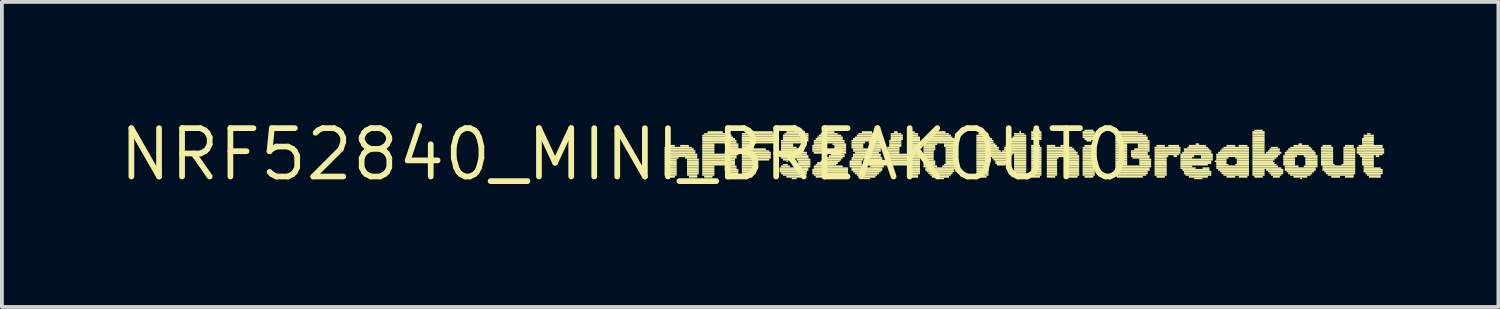
<source format=kicad_pcb>
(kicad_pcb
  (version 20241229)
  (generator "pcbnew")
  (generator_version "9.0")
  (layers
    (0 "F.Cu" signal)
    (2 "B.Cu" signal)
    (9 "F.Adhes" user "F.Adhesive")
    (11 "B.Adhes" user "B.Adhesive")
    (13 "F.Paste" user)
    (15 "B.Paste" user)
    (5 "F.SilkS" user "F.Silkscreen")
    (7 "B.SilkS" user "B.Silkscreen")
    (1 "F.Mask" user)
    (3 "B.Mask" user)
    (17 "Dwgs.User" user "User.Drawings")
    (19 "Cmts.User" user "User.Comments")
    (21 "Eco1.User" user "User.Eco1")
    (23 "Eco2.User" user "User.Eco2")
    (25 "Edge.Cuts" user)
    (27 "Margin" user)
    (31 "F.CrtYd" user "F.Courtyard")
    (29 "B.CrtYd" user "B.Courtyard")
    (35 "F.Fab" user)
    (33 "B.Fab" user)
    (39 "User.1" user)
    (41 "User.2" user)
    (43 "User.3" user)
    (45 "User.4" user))
  (footprint "NRF52840_MINI_BREAKOUT0"
    (layer "F.Cu")
    (at 13.373 1.006)
    (property "Reference" "NRF52840_MINI_BREAKOUT0" (at 0 0 0) (layer "F.SilkS") (effects (font (size 1.27 1.27) (thickness 0.15))))
    (fp_poly (pts (xy 1.03 -0.16) (xy 1.75 -0.16) (xy 1.75 -0.2) (xy 1.03 -0.2)) (stroke (width 0) (type default)) (fill yes) (layer "F.SilkS"))
    (fp_poly (pts (xy 1.03 -0.11) (xy 1.8 -0.11) (xy 1.8 -0.16) (xy 1.03 -0.16)) (stroke (width 0) (type default)) (fill yes) (layer "F.SilkS"))
    (fp_poly (pts (xy 1.03 -0.07) (xy 1.84 -0.07) (xy 1.84 -0.11) (xy 1.03 -0.11)) (stroke (width 0) (type default)) (fill yes) (layer "F.SilkS"))
    (fp_poly (pts (xy 1.03 -0.02) (xy 1.84 -0.02) (xy 1.84 -0.07) (xy 1.03 -0.07)) (stroke (width 0) (type default)) (fill yes) (layer "F.SilkS"))
    (fp_poly (pts (xy 1.03 0.02) (xy 1.89 0.02) (xy 1.89 -0.02) (xy 1.03 -0.02)) (stroke (width 0) (type default)) (fill yes) (layer "F.SilkS"))
    (fp_poly (pts (xy 1.03 0.07) (xy 1.89 0.07) (xy 1.89 0.02) (xy 1.03 0.02)) (stroke (width 0) (type default)) (fill yes) (layer "F.SilkS"))
    (fp_poly (pts (xy 1.03 0.11) (xy 1.4 0.11) (xy 1.4 0.07) (xy 1.03 0.07)) (stroke (width 0) (type default)) (fill yes) (layer "F.SilkS"))
    (fp_poly (pts (xy 1.03 0.16) (xy 1.35 0.16) (xy 1.35 0.11) (xy 1.03 0.11)) (stroke (width 0) (type default)) (fill yes) (layer "F.SilkS"))
    (fp_poly (pts (xy 1.03 0.2) (xy 1.35 0.2) (xy 1.35 0.16) (xy 1.03 0.16)) (stroke (width 0) (type default)) (fill yes) (layer "F.SilkS"))
    (fp_poly (pts (xy 1.03 0.25) (xy 1.35 0.25) (xy 1.35 0.2) (xy 1.03 0.2)) (stroke (width 0) (type default)) (fill yes) (layer "F.SilkS"))
    (fp_poly (pts (xy 1.03 0.29) (xy 1.35 0.29) (xy 1.35 0.25) (xy 1.03 0.25)) (stroke (width 0) (type default)) (fill yes) (layer "F.SilkS"))
    (fp_poly (pts (xy 1.03 0.34) (xy 1.35 0.34) (xy 1.35 0.29) (xy 1.03 0.29)) (stroke (width 0) (type default)) (fill yes) (layer "F.SilkS"))
    (fp_poly (pts (xy 1.03 0.38) (xy 1.35 0.38) (xy 1.35 0.34) (xy 1.03 0.34)) (stroke (width 0) (type default)) (fill yes) (layer "F.SilkS"))
    (fp_poly (pts (xy 1.03 0.43) (xy 1.35 0.43) (xy 1.35 0.38) (xy 1.03 0.38)) (stroke (width 0) (type default)) (fill yes) (layer "F.SilkS"))
    (fp_poly (pts (xy 1.03 0.47) (xy 1.35 0.47) (xy 1.35 0.43) (xy 1.03 0.43)) (stroke (width 0) (type default)) (fill yes) (layer "F.SilkS"))
    (fp_poly (pts (xy 1.03 0.52) (xy 1.35 0.52) (xy 1.35 0.47) (xy 1.03 0.47)) (stroke (width 0) (type default)) (fill yes) (layer "F.SilkS"))
    (fp_poly (pts (xy 1.03 0.56) (xy 1.35 0.56) (xy 1.35 0.52) (xy 1.03 0.52)) (stroke (width 0) (type default)) (fill yes) (layer "F.SilkS"))
    (fp_poly (pts (xy 1.08 -0.2) (xy 1.3 -0.2) (xy 1.3 -0.25) (xy 1.08 -0.25)) (stroke (width 0) (type default)) (fill yes) (layer "F.SilkS"))
    (fp_poly (pts (xy 1.08 0.61) (xy 1.3 0.61) (xy 1.3 0.56) (xy 1.08 0.56)) (stroke (width 0) (type default)) (fill yes) (layer "F.SilkS"))
    (fp_poly (pts (xy 1.44 -0.2) (xy 1.67 -0.2) (xy 1.67 -0.25) (xy 1.44 -0.25)) (stroke (width 0) (type default)) (fill yes) (layer "F.SilkS"))
    (fp_poly (pts (xy 1.57 0.11) (xy 1.89 0.11) (xy 1.89 0.07) (xy 1.57 0.07)) (stroke (width 0) (type default)) (fill yes) (layer "F.SilkS"))
    (fp_poly (pts (xy 1.62 0.16) (xy 1.93 0.16) (xy 1.93 0.11) (xy 1.62 0.11)) (stroke (width 0) (type default)) (fill yes) (layer "F.SilkS"))
    (fp_poly (pts (xy 1.62 0.2) (xy 1.93 0.2) (xy 1.93 0.16) (xy 1.62 0.16)) (stroke (width 0) (type default)) (fill yes) (layer "F.SilkS"))
    (fp_poly (pts (xy 1.62 0.25) (xy 1.93 0.25) (xy 1.93 0.2) (xy 1.62 0.2)) (stroke (width 0) (type default)) (fill yes) (layer "F.SilkS"))
    (fp_poly (pts (xy 1.62 0.29) (xy 1.93 0.29) (xy 1.93 0.25) (xy 1.62 0.25)) (stroke (width 0) (type default)) (fill yes) (layer "F.SilkS"))
    (fp_poly (pts (xy 1.62 0.34) (xy 1.93 0.34) (xy 1.93 0.29) (xy 1.62 0.29)) (stroke (width 0) (type default)) (fill yes) (layer "F.SilkS"))
    (fp_poly (pts (xy 1.62 0.38) (xy 1.93 0.38) (xy 1.93 0.34) (xy 1.62 0.34)) (stroke (width 0) (type default)) (fill yes) (layer "F.SilkS"))
    (fp_poly (pts (xy 1.62 0.43) (xy 1.93 0.43) (xy 1.93 0.38) (xy 1.62 0.38)) (stroke (width 0) (type default)) (fill yes) (layer "F.SilkS"))
    (fp_poly (pts (xy 1.62 0.47) (xy 1.93 0.47) (xy 1.93 0.43) (xy 1.62 0.43)) (stroke (width 0) (type default)) (fill yes) (layer "F.SilkS"))
    (fp_poly (pts (xy 1.62 0.52) (xy 1.93 0.52) (xy 1.93 0.47) (xy 1.62 0.47)) (stroke (width 0) (type default)) (fill yes) (layer "F.SilkS"))
    (fp_poly (pts (xy 1.62 0.56) (xy 1.89 0.56) (xy 1.89 0.52) (xy 1.62 0.52)) (stroke (width 0) (type default)) (fill yes) (layer "F.SilkS"))
    (fp_poly (pts (xy 1.67 0.61) (xy 1.89 0.61) (xy 1.89 0.56) (xy 1.67 0.56)) (stroke (width 0) (type default)) (fill yes) (layer "F.SilkS"))
    (fp_poly (pts (xy 2.02 -0.47) (xy 2.79 -0.47) (xy 2.79 -0.52) (xy 2.02 -0.52)) (stroke (width 0) (type default)) (fill yes) (layer "F.SilkS"))
    (fp_poly (pts (xy 2.02 -0.43) (xy 2.83 -0.43) (xy 2.83 -0.47) (xy 2.02 -0.47)) (stroke (width 0) (type default)) (fill yes) (layer "F.SilkS"))
    (fp_poly (pts (xy 2.02 -0.38) (xy 2.88 -0.38) (xy 2.88 -0.43) (xy 2.02 -0.43)) (stroke (width 0) (type default)) (fill yes) (layer "F.SilkS"))
    (fp_poly (pts (xy 2.02 -0.34) (xy 2.92 -0.34) (xy 2.92 -0.38) (xy 2.02 -0.38)) (stroke (width 0) (type default)) (fill yes) (layer "F.SilkS"))
    (fp_poly (pts (xy 2.02 -0.29) (xy 2.92 -0.29) (xy 2.92 -0.34) (xy 2.02 -0.34)) (stroke (width 0) (type default)) (fill yes) (layer "F.SilkS"))
    (fp_poly (pts (xy 2.02 -0.25) (xy 2.34 -0.25) (xy 2.34 -0.29) (xy 2.02 -0.29)) (stroke (width 0) (type default)) (fill yes) (layer "F.SilkS"))
    (fp_poly (pts (xy 2.02 -0.2) (xy 2.34 -0.2) (xy 2.34 -0.25) (xy 2.02 -0.25)) (stroke (width 0) (type default)) (fill yes) (layer "F.SilkS"))
    (fp_poly (pts (xy 2.02 -0.16) (xy 2.34 -0.16) (xy 2.34 -0.2) (xy 2.02 -0.2)) (stroke (width 0) (type default)) (fill yes) (layer "F.SilkS"))
    (fp_poly (pts (xy 2.02 -0.11) (xy 2.34 -0.11) (xy 2.34 -0.16) (xy 2.02 -0.16)) (stroke (width 0) (type default)) (fill yes) (layer "F.SilkS"))
    (fp_poly (pts (xy 2.02 -0.07) (xy 2.34 -0.07) (xy 2.34 -0.11) (xy 2.02 -0.11)) (stroke (width 0) (type default)) (fill yes) (layer "F.SilkS"))
    (fp_poly (pts (xy 2.02 -0.02) (xy 2.34 -0.02) (xy 2.34 -0.07) (xy 2.02 -0.07)) (stroke (width 0) (type default)) (fill yes) (layer "F.SilkS"))
    (fp_poly (pts (xy 2.02 0.02) (xy 2.97 0.02) (xy 2.97 -0.02) (xy 2.02 -0.02)) (stroke (width 0) (type default)) (fill yes) (layer "F.SilkS"))
    (fp_poly (pts (xy 2.02 0.07) (xy 2.92 0.07) (xy 2.92 0.02) (xy 2.02 0.02)) (stroke (width 0) (type default)) (fill yes) (layer "F.SilkS"))
    (fp_poly (pts (xy 2.02 0.11) (xy 2.92 0.11) (xy 2.92 0.07) (xy 2.02 0.07)) (stroke (width 0) (type default)) (fill yes) (layer "F.SilkS"))
    (fp_poly (pts (xy 2.02 0.16) (xy 2.88 0.16) (xy 2.88 0.11) (xy 2.02 0.11)) (stroke (width 0) (type default)) (fill yes) (layer "F.SilkS"))
    (fp_poly (pts (xy 2.02 0.2) (xy 2.88 0.2) (xy 2.88 0.16) (xy 2.02 0.16)) (stroke (width 0) (type default)) (fill yes) (layer "F.SilkS"))
    (fp_poly (pts (xy 2.02 0.25) (xy 2.88 0.25) (xy 2.88 0.2) (xy 2.02 0.2)) (stroke (width 0) (type default)) (fill yes) (layer "F.SilkS"))
    (fp_poly (pts (xy 2.02 0.29) (xy 2.88 0.29) (xy 2.88 0.25) (xy 2.02 0.25)) (stroke (width 0) (type default)) (fill yes) (layer "F.SilkS"))
    (fp_poly (pts (xy 2.02 0.34) (xy 2.34 0.34) (xy 2.34 0.29) (xy 2.02 0.29)) (stroke (width 0) (type default)) (fill yes) (layer "F.SilkS"))
    (fp_poly (pts (xy 2.02 0.38) (xy 2.34 0.38) (xy 2.34 0.34) (xy 2.02 0.34)) (stroke (width 0) (type default)) (fill yes) (layer "F.SilkS"))
    (fp_poly (pts (xy 2.02 0.43) (xy 2.34 0.43) (xy 2.34 0.38) (xy 2.02 0.38)) (stroke (width 0) (type default)) (fill yes) (layer "F.SilkS"))
    (fp_poly (pts (xy 2.02 0.47) (xy 2.34 0.47) (xy 2.34 0.43) (xy 2.02 0.43)) (stroke (width 0) (type default)) (fill yes) (layer "F.SilkS"))
    (fp_poly (pts (xy 2.02 0.52) (xy 2.34 0.52) (xy 2.34 0.47) (xy 2.02 0.47)) (stroke (width 0) (type default)) (fill yes) (layer "F.SilkS"))
    (fp_poly (pts (xy 2.02 0.56) (xy 2.34 0.56) (xy 2.34 0.52) (xy 2.02 0.52)) (stroke (width 0) (type default)) (fill yes) (layer "F.SilkS"))
    (fp_poly (pts (xy 2.07 -0.52) (xy 2.75 -0.52) (xy 2.75 -0.56) (xy 2.07 -0.56)) (stroke (width 0) (type default)) (fill yes) (layer "F.SilkS"))
    (fp_poly (pts (xy 2.07 0.61) (xy 2.29 0.61) (xy 2.29 0.56) (xy 2.07 0.56)) (stroke (width 0) (type default)) (fill yes) (layer "F.SilkS"))
    (fp_poly (pts (xy 2.16 -0.56) (xy 2.56 -0.56) (xy 2.56 -0.61) (xy 2.16 -0.61)) (stroke (width 0) (type default)) (fill yes) (layer "F.SilkS"))
    (fp_poly (pts (xy 2.61 -0.25) (xy 2.97 -0.25) (xy 2.97 -0.29) (xy 2.61 -0.29)) (stroke (width 0) (type default)) (fill yes) (layer "F.SilkS"))
    (fp_poly (pts (xy 2.61 -0.02) (xy 2.97 -0.02) (xy 2.97 -0.07) (xy 2.61 -0.07)) (stroke (width 0) (type default)) (fill yes) (layer "F.SilkS"))
    (fp_poly (pts (xy 2.61 0.34) (xy 2.92 0.34) (xy 2.92 0.29) (xy 2.61 0.29)) (stroke (width 0) (type default)) (fill yes) (layer "F.SilkS"))
    (fp_poly (pts (xy 2.61 0.38) (xy 2.92 0.38) (xy 2.92 0.34) (xy 2.61 0.34)) (stroke (width 0) (type default)) (fill yes) (layer "F.SilkS"))
    (fp_poly (pts (xy 2.61 0.43) (xy 2.97 0.43) (xy 2.97 0.38) (xy 2.61 0.38)) (stroke (width 0) (type default)) (fill yes) (layer "F.SilkS"))
    (fp_poly (pts (xy 2.65 -0.2) (xy 2.97 -0.2) (xy 2.97 -0.25) (xy 2.65 -0.25)) (stroke (width 0) (type default)) (fill yes) (layer "F.SilkS"))
    (fp_poly (pts (xy 2.65 -0.16) (xy 2.97 -0.16) (xy 2.97 -0.2) (xy 2.65 -0.2)) (stroke (width 0) (type default)) (fill yes) (layer "F.SilkS"))
    (fp_poly (pts (xy 2.65 -0.11) (xy 2.97 -0.11) (xy 2.97 -0.16) (xy 2.65 -0.16)) (stroke (width 0) (type default)) (fill yes) (layer "F.SilkS"))
    (fp_poly (pts (xy 2.65 -0.07) (xy 2.97 -0.07) (xy 2.97 -0.11) (xy 2.65 -0.11)) (stroke (width 0) (type default)) (fill yes) (layer "F.SilkS"))
    (fp_poly (pts (xy 2.65 0.47) (xy 2.97 0.47) (xy 2.97 0.43) (xy 2.65 0.43)) (stroke (width 0) (type default)) (fill yes) (layer "F.SilkS"))
    (fp_poly (pts (xy 2.65 0.52) (xy 2.97 0.52) (xy 2.97 0.47) (xy 2.65 0.47)) (stroke (width 0) (type default)) (fill yes) (layer "F.SilkS"))
    (fp_poly (pts (xy 2.7 0.56) (xy 2.97 0.56) (xy 2.97 0.52) (xy 2.7 0.52)) (stroke (width 0) (type default)) (fill yes) (layer "F.SilkS"))
    (fp_poly (pts (xy 2.7 0.61) (xy 2.92 0.61) (xy 2.92 0.56) (xy 2.7 0.56)) (stroke (width 0) (type default)) (fill yes) (layer "F.SilkS"))
    (fp_poly (pts (xy 3.06 -0.52) (xy 3.96 -0.52) (xy 3.96 -0.56) (xy 3.06 -0.56)) (stroke (width 0) (type default)) (fill yes) (layer "F.SilkS"))
    (fp_poly (pts (xy 3.06 -0.47) (xy 4 -0.47) (xy 4 -0.52) (xy 3.06 -0.52)) (stroke (width 0) (type default)) (fill yes) (layer "F.SilkS"))
    (fp_poly (pts (xy 3.06 -0.43) (xy 4 -0.43) (xy 4 -0.47) (xy 3.06 -0.47)) (stroke (width 0) (type default)) (fill yes) (layer "F.SilkS"))
    (fp_poly (pts (xy 3.06 -0.38) (xy 4 -0.38) (xy 4 -0.43) (xy 3.06 -0.43)) (stroke (width 0) (type default)) (fill yes) (layer "F.SilkS"))
    (fp_poly (pts (xy 3.06 -0.34) (xy 4 -0.34) (xy 4 -0.38) (xy 3.06 -0.38)) (stroke (width 0) (type default)) (fill yes) (layer "F.SilkS"))
    (fp_poly (pts (xy 3.06 -0.29) (xy 3.96 -0.29) (xy 3.96 -0.34) (xy 3.06 -0.34)) (stroke (width 0) (type default)) (fill yes) (layer "F.SilkS"))
    (fp_poly (pts (xy 3.06 -0.25) (xy 3.38 -0.25) (xy 3.38 -0.29) (xy 3.06 -0.29)) (stroke (width 0) (type default)) (fill yes) (layer "F.SilkS"))
    (fp_poly (pts (xy 3.06 -0.2) (xy 3.38 -0.2) (xy 3.38 -0.25) (xy 3.06 -0.25)) (stroke (width 0) (type default)) (fill yes) (layer "F.SilkS"))
    (fp_poly (pts (xy 3.06 -0.16) (xy 3.38 -0.16) (xy 3.38 -0.2) (xy 3.06 -0.2)) (stroke (width 0) (type default)) (fill yes) (layer "F.SilkS"))
    (fp_poly (pts (xy 3.06 -0.11) (xy 3.69 -0.11) (xy 3.69 -0.16) (xy 3.06 -0.16)) (stroke (width 0) (type default)) (fill yes) (layer "F.SilkS"))
    (fp_poly (pts (xy 3.06 -0.07) (xy 3.78 -0.07) (xy 3.78 -0.11) (xy 3.06 -0.11)) (stroke (width 0) (type default)) (fill yes) (layer "F.SilkS"))
    (fp_poly (pts (xy 3.06 -0.02) (xy 3.82 -0.02) (xy 3.82 -0.07) (xy 3.06 -0.07)) (stroke (width 0) (type default)) (fill yes) (layer "F.SilkS"))
    (fp_poly (pts (xy 3.06 0.02) (xy 3.82 0.02) (xy 3.82 -0.02) (xy 3.06 -0.02)) (stroke (width 0) (type default)) (fill yes) (layer "F.SilkS"))
    (fp_poly (pts (xy 3.06 0.07) (xy 3.82 0.07) (xy 3.82 0.02) (xy 3.06 0.02)) (stroke (width 0) (type default)) (fill yes) (layer "F.SilkS"))
    (fp_poly (pts (xy 3.06 0.11) (xy 3.82 0.11) (xy 3.82 0.07) (xy 3.06 0.07)) (stroke (width 0) (type default)) (fill yes) (layer "F.SilkS"))
    (fp_poly (pts (xy 3.06 0.16) (xy 3.78 0.16) (xy 3.78 0.11) (xy 3.06 0.11)) (stroke (width 0) (type default)) (fill yes) (layer "F.SilkS"))
    (fp_poly (pts (xy 3.06 0.2) (xy 3.38 0.2) (xy 3.38 0.16) (xy 3.06 0.16)) (stroke (width 0) (type default)) (fill yes) (layer "F.SilkS"))
    (fp_poly (pts (xy 3.06 0.25) (xy 3.38 0.25) (xy 3.38 0.2) (xy 3.06 0.2)) (stroke (width 0) (type default)) (fill yes) (layer "F.SilkS"))
    (fp_poly (pts (xy 3.06 0.29) (xy 3.38 0.29) (xy 3.38 0.25) (xy 3.06 0.25)) (stroke (width 0) (type default)) (fill yes) (layer "F.SilkS"))
    (fp_poly (pts (xy 3.06 0.34) (xy 3.38 0.34) (xy 3.38 0.29) (xy 3.06 0.29)) (stroke (width 0) (type default)) (fill yes) (layer "F.SilkS"))
    (fp_poly (pts (xy 3.06 0.38) (xy 3.38 0.38) (xy 3.38 0.34) (xy 3.06 0.34)) (stroke (width 0) (type default)) (fill yes) (layer "F.SilkS"))
    (fp_poly (pts (xy 3.06 0.43) (xy 3.38 0.43) (xy 3.38 0.38) (xy 3.06 0.38)) (stroke (width 0) (type default)) (fill yes) (layer "F.SilkS"))
    (fp_poly (pts (xy 3.06 0.47) (xy 3.38 0.47) (xy 3.38 0.43) (xy 3.06 0.43)) (stroke (width 0) (type default)) (fill yes) (layer "F.SilkS"))
    (fp_poly (pts (xy 3.06 0.52) (xy 3.38 0.52) (xy 3.38 0.47) (xy 3.06 0.47)) (stroke (width 0) (type default)) (fill yes) (layer "F.SilkS"))
    (fp_poly (pts (xy 3.06 0.56) (xy 3.33 0.56) (xy 3.33 0.52) (xy 3.06 0.52)) (stroke (width 0) (type default)) (fill yes) (layer "F.SilkS"))
    (fp_poly (pts (xy 3.1 0.61) (xy 3.33 0.61) (xy 3.33 0.56) (xy 3.1 0.56)) (stroke (width 0) (type default)) (fill yes) (layer "F.SilkS"))
    (fp_poly (pts (xy 3.15 -0.56) (xy 3.87 -0.56) (xy 3.87 -0.61) (xy 3.15 -0.61)) (stroke (width 0) (type default)) (fill yes) (layer "F.SilkS"))
    (fp_poly (pts (xy 4.05 0.02) (xy 4.77 0.02) (xy 4.77 -0.02) (xy 4.05 -0.02)) (stroke (width 0) (type default)) (fill yes) (layer "F.SilkS"))
    (fp_poly (pts (xy 4.05 0.07) (xy 4.81 0.07) (xy 4.81 0.02) (xy 4.05 0.02)) (stroke (width 0) (type default)) (fill yes) (layer "F.SilkS"))
    (fp_poly (pts (xy 4.05 0.38) (xy 4.81 0.38) (xy 4.81 0.34) (xy 4.05 0.34)) (stroke (width 0) (type default)) (fill yes) (layer "F.SilkS"))
    (fp_poly (pts (xy 4.05 0.43) (xy 4.81 0.43) (xy 4.81 0.38) (xy 4.05 0.38)) (stroke (width 0) (type default)) (fill yes) (layer "F.SilkS"))
    (fp_poly (pts (xy 4.05 0.47) (xy 4.77 0.47) (xy 4.77 0.43) (xy 4.05 0.43)) (stroke (width 0) (type default)) (fill yes) (layer "F.SilkS"))
    (fp_poly (pts (xy 4.09 -0.34) (xy 4.81 -0.34) (xy 4.81 -0.38) (xy 4.09 -0.38)) (stroke (width 0) (type default)) (fill yes) (layer "F.SilkS"))
    (fp_poly (pts (xy 4.09 -0.29) (xy 4.77 -0.29) (xy 4.77 -0.34) (xy 4.09 -0.34)) (stroke (width 0) (type default)) (fill yes) (layer "F.SilkS"))
    (fp_poly (pts (xy 4.09 -0.25) (xy 4.41 -0.25) (xy 4.41 -0.29) (xy 4.09 -0.29)) (stroke (width 0) (type default)) (fill yes) (layer "F.SilkS"))
    (fp_poly (pts (xy 4.09 -0.2) (xy 4.41 -0.2) (xy 4.41 -0.25) (xy 4.09 -0.25)) (stroke (width 0) (type default)) (fill yes) (layer "F.SilkS"))
    (fp_poly (pts (xy 4.09 -0.16) (xy 4.5 -0.16) (xy 4.5 -0.2) (xy 4.09 -0.2)) (stroke (width 0) (type default)) (fill yes) (layer "F.SilkS"))
    (fp_poly (pts (xy 4.09 -0.11) (xy 4.63 -0.11) (xy 4.63 -0.16) (xy 4.09 -0.16)) (stroke (width 0) (type default)) (fill yes) (layer "F.SilkS"))
    (fp_poly (pts (xy 4.09 -0.07) (xy 4.68 -0.07) (xy 4.68 -0.11) (xy 4.09 -0.11)) (stroke (width 0) (type default)) (fill yes) (layer "F.SilkS"))
    (fp_poly (pts (xy 4.09 -0.02) (xy 4.77 -0.02) (xy 4.77 -0.07) (xy 4.09 -0.07)) (stroke (width 0) (type default)) (fill yes) (layer "F.SilkS"))
    (fp_poly (pts (xy 4.09 0.11) (xy 4.81 0.11) (xy 4.81 0.07) (xy 4.09 0.07)) (stroke (width 0) (type default)) (fill yes) (layer "F.SilkS"))
    (fp_poly (pts (xy 4.09 0.34) (xy 4.32 0.34) (xy 4.32 0.29) (xy 4.09 0.29)) (stroke (width 0) (type default)) (fill yes) (layer "F.SilkS"))
    (fp_poly (pts (xy 4.09 0.52) (xy 4.77 0.52) (xy 4.77 0.47) (xy 4.09 0.47)) (stroke (width 0) (type default)) (fill yes) (layer "F.SilkS"))
    (fp_poly (pts (xy 4.14 -0.47) (xy 4.81 -0.47) (xy 4.81 -0.52) (xy 4.14 -0.52)) (stroke (width 0) (type default)) (fill yes) (layer "F.SilkS"))
    (fp_poly (pts (xy 4.14 -0.43) (xy 4.81 -0.43) (xy 4.81 -0.47) (xy 4.14 -0.47)) (stroke (width 0) (type default)) (fill yes) (layer "F.SilkS"))
    (fp_poly (pts (xy 4.14 -0.38) (xy 4.81 -0.38) (xy 4.81 -0.43) (xy 4.14 -0.43)) (stroke (width 0) (type default)) (fill yes) (layer "F.SilkS"))
    (fp_poly (pts (xy 4.14 0.16) (xy 4.37 0.16) (xy 4.37 0.11) (xy 4.14 0.11)) (stroke (width 0) (type default)) (fill yes) (layer "F.SilkS"))
    (fp_poly (pts (xy 4.14 0.29) (xy 4.27 0.29) (xy 4.27 0.25) (xy 4.14 0.25)) (stroke (width 0) (type default)) (fill yes) (layer "F.SilkS"))
    (fp_poly (pts (xy 4.14 0.56) (xy 4.72 0.56) (xy 4.72 0.52) (xy 4.14 0.52)) (stroke (width 0) (type default)) (fill yes) (layer "F.SilkS"))
    (fp_poly (pts (xy 4.18 -0.52) (xy 4.81 -0.52) (xy 4.81 -0.56) (xy 4.18 -0.56)) (stroke (width 0) (type default)) (fill yes) (layer "F.SilkS"))
    (fp_poly (pts (xy 4.23 -0.56) (xy 4.72 -0.56) (xy 4.72 -0.61) (xy 4.23 -0.61)) (stroke (width 0) (type default)) (fill yes) (layer "F.SilkS"))
    (fp_poly (pts (xy 4.23 0.2) (xy 4.27 0.2) (xy 4.27 0.16) (xy 4.23 0.16)) (stroke (width 0) (type default)) (fill yes) (layer "F.SilkS"))
    (fp_poly (pts (xy 4.23 0.61) (xy 4.63 0.61) (xy 4.63 0.56) (xy 4.23 0.56)) (stroke (width 0) (type default)) (fill yes) (layer "F.SilkS"))
    (fp_poly (pts (xy 4.37 0.65) (xy 4.5 0.65) (xy 4.5 0.61) (xy 4.37 0.61)) (stroke (width 0) (type default)) (fill yes) (layer "F.SilkS"))
    (fp_poly (pts (xy 4.5 0.16) (xy 4.86 0.16) (xy 4.86 0.11) (xy 4.5 0.11)) (stroke (width 0) (type default)) (fill yes) (layer "F.SilkS"))
    (fp_poly (pts (xy 4.5 0.34) (xy 4.86 0.34) (xy 4.86 0.29) (xy 4.5 0.29)) (stroke (width 0) (type default)) (fill yes) (layer "F.SilkS"))
    (fp_poly (pts (xy 4.54 0.2) (xy 4.86 0.2) (xy 4.86 0.16) (xy 4.54 0.16)) (stroke (width 0) (type default)) (fill yes) (layer "F.SilkS"))
    (fp_poly (pts (xy 4.54 0.25) (xy 4.86 0.25) (xy 4.86 0.2) (xy 4.54 0.2)) (stroke (width 0) (type default)) (fill yes) (layer "F.SilkS"))
    (fp_poly (pts (xy 4.54 0.29) (xy 4.86 0.29) (xy 4.86 0.25) (xy 4.54 0.25)) (stroke (width 0) (type default)) (fill yes) (layer "F.SilkS"))
    (fp_poly (pts (xy 4.91 -0.2) (xy 5.22 -0.2) (xy 5.22 -0.25) (xy 4.91 -0.25)) (stroke (width 0) (type default)) (fill yes) (layer "F.SilkS"))
    (fp_poly (pts (xy 4.91 -0.16) (xy 5.22 -0.16) (xy 5.22 -0.2) (xy 4.91 -0.2)) (stroke (width 0) (type default)) (fill yes) (layer "F.SilkS"))
    (fp_poly (pts (xy 4.91 -0.11) (xy 5.22 -0.11) (xy 5.22 -0.16) (xy 4.91 -0.16)) (stroke (width 0) (type default)) (fill yes) (layer "F.SilkS"))
    (fp_poly (pts (xy 4.91 -0.07) (xy 5.22 -0.07) (xy 5.22 -0.11) (xy 4.91 -0.11)) (stroke (width 0) (type default)) (fill yes) (layer "F.SilkS"))
    (fp_poly (pts (xy 4.91 0.43) (xy 5.85 0.43) (xy 5.85 0.38) (xy 4.91 0.38)) (stroke (width 0) (type default)) (fill yes) (layer "F.SilkS"))
    (fp_poly (pts (xy 4.91 0.47) (xy 5.85 0.47) (xy 5.85 0.43) (xy 4.91 0.43)) (stroke (width 0) (type default)) (fill yes) (layer "F.SilkS"))
    (fp_poly (pts (xy 4.91 0.52) (xy 5.85 0.52) (xy 5.85 0.47) (xy 4.91 0.47)) (stroke (width 0) (type default)) (fill yes) (layer "F.SilkS"))
    (fp_poly (pts (xy 4.95 -0.34) (xy 5.76 -0.34) (xy 5.76 -0.38) (xy 4.95 -0.38)) (stroke (width 0) (type default)) (fill yes) (layer "F.SilkS"))
    (fp_poly (pts (xy 4.95 -0.29) (xy 5.76 -0.29) (xy 5.76 -0.34) (xy 4.95 -0.34)) (stroke (width 0) (type default)) (fill yes) (layer "F.SilkS"))
    (fp_poly (pts (xy 4.95 -0.25) (xy 5.26 -0.25) (xy 5.26 -0.29) (xy 4.95 -0.29)) (stroke (width 0) (type default)) (fill yes) (layer "F.SilkS"))
    (fp_poly (pts (xy 4.95 -0.02) (xy 5.17 -0.02) (xy 5.17 -0.07) (xy 4.95 -0.07)) (stroke (width 0) (type default)) (fill yes) (layer "F.SilkS"))
    (fp_poly (pts (xy 4.95 0.34) (xy 5.71 0.34) (xy 5.71 0.29) (xy 4.95 0.29)) (stroke (width 0) (type default)) (fill yes) (layer "F.SilkS"))
    (fp_poly (pts (xy 4.95 0.38) (xy 5.85 0.38) (xy 5.85 0.34) (xy 4.95 0.34)) (stroke (width 0) (type default)) (fill yes) (layer "F.SilkS"))
    (fp_poly (pts (xy 4.95 0.56) (xy 5.85 0.56) (xy 5.85 0.52) (xy 4.95 0.52)) (stroke (width 0) (type default)) (fill yes) (layer "F.SilkS"))
    (fp_poly (pts (xy 5 -0.38) (xy 5.71 -0.38) (xy 5.71 -0.43) (xy 5 -0.43)) (stroke (width 0) (type default)) (fill yes) (layer "F.SilkS"))
    (fp_poly (pts (xy 5 0.29) (xy 5.54 0.29) (xy 5.54 0.25) (xy 5 0.25)) (stroke (width 0) (type default)) (fill yes) (layer "F.SilkS"))
    (fp_poly (pts (xy 5 0.61) (xy 5.8 0.61) (xy 5.8 0.56) (xy 5 0.56)) (stroke (width 0) (type default)) (fill yes) (layer "F.SilkS"))
    (fp_poly (pts (xy 5.04 -0.43) (xy 5.71 -0.43) (xy 5.71 -0.47) (xy 5.04 -0.47)) (stroke (width 0) (type default)) (fill yes) (layer "F.SilkS"))
    (fp_poly (pts (xy 5.04 0.25) (xy 5.58 0.25) (xy 5.58 0.2) (xy 5.04 0.2)) (stroke (width 0) (type default)) (fill yes) (layer "F.SilkS"))
    (fp_poly (pts (xy 5.08 -0.47) (xy 5.67 -0.47) (xy 5.67 -0.52) (xy 5.08 -0.52)) (stroke (width 0) (type default)) (fill yes) (layer "F.SilkS"))
    (fp_poly (pts (xy 5.13 -0.52) (xy 5.58 -0.52) (xy 5.58 -0.56) (xy 5.13 -0.56)) (stroke (width 0) (type default)) (fill yes) (layer "F.SilkS"))
    (fp_poly (pts (xy 5.13 0.2) (xy 5.63 0.2) (xy 5.63 0.16) (xy 5.13 0.16)) (stroke (width 0) (type default)) (fill yes) (layer "F.SilkS"))
    (fp_poly (pts (xy 5.17 0.16) (xy 5.67 0.16) (xy 5.67 0.11) (xy 5.17 0.11)) (stroke (width 0) (type default)) (fill yes) (layer "F.SilkS"))
    (fp_poly (pts (xy 5.22 -0.56) (xy 5.49 -0.56) (xy 5.49 -0.61) (xy 5.22 -0.61)) (stroke (width 0) (type default)) (fill yes) (layer "F.SilkS"))
    (fp_poly (pts (xy 5.26 0.11) (xy 5.71 0.11) (xy 5.71 0.07) (xy 5.26 0.07)) (stroke (width 0) (type default)) (fill yes) (layer "F.SilkS"))
    (fp_poly (pts (xy 5.35 0.07) (xy 5.76 0.07) (xy 5.76 0.02) (xy 5.35 0.02)) (stroke (width 0) (type default)) (fill yes) (layer "F.SilkS"))
    (fp_poly (pts (xy 5.4 0.02) (xy 5.76 0.02) (xy 5.76 -0.02) (xy 5.4 -0.02)) (stroke (width 0) (type default)) (fill yes) (layer "F.SilkS"))
    (fp_poly (pts (xy 5.44 -0.25) (xy 5.8 -0.25) (xy 5.8 -0.29) (xy 5.44 -0.29)) (stroke (width 0) (type default)) (fill yes) (layer "F.SilkS"))
    (fp_poly (pts (xy 5.44 -0.02) (xy 5.8 -0.02) (xy 5.8 -0.07) (xy 5.44 -0.07)) (stroke (width 0) (type default)) (fill yes) (layer "F.SilkS"))
    (fp_poly (pts (xy 5.49 -0.2) (xy 5.8 -0.2) (xy 5.8 -0.25) (xy 5.49 -0.25)) (stroke (width 0) (type default)) (fill yes) (layer "F.SilkS"))
    (fp_poly (pts (xy 5.49 -0.16) (xy 5.8 -0.16) (xy 5.8 -0.2) (xy 5.49 -0.2)) (stroke (width 0) (type default)) (fill yes) (layer "F.SilkS"))
    (fp_poly (pts (xy 5.49 -0.11) (xy 5.8 -0.11) (xy 5.8 -0.16) (xy 5.49 -0.16)) (stroke (width 0) (type default)) (fill yes) (layer "F.SilkS"))
    (fp_poly (pts (xy 5.49 -0.07) (xy 5.8 -0.07) (xy 5.8 -0.11) (xy 5.49 -0.11)) (stroke (width 0) (type default)) (fill yes) (layer "F.SilkS"))
    (fp_poly (pts (xy 5.89 0.2) (xy 6.21 0.2) (xy 6.21 0.16) (xy 5.89 0.16)) (stroke (width 0) (type default)) (fill yes) (layer "F.SilkS"))
    (fp_poly (pts (xy 5.89 0.25) (xy 6.21 0.25) (xy 6.21 0.2) (xy 5.89 0.2)) (stroke (width 0) (type default)) (fill yes) (layer "F.SilkS"))
    (fp_poly (pts (xy 5.89 0.29) (xy 6.21 0.29) (xy 6.21 0.25) (xy 5.89 0.25)) (stroke (width 0) (type default)) (fill yes) (layer "F.SilkS"))
    (fp_poly (pts (xy 5.89 0.34) (xy 6.25 0.34) (xy 6.25 0.29) (xy 5.89 0.29)) (stroke (width 0) (type default)) (fill yes) (layer "F.SilkS"))
    (fp_poly (pts (xy 5.94 -0.34) (xy 6.71 -0.34) (xy 6.71 -0.38) (xy 5.94 -0.38)) (stroke (width 0) (type default)) (fill yes) (layer "F.SilkS"))
    (fp_poly (pts (xy 5.94 -0.29) (xy 6.3 -0.29) (xy 6.3 -0.34) (xy 5.94 -0.34)) (stroke (width 0) (type default)) (fill yes) (layer "F.SilkS"))
    (fp_poly (pts (xy 5.94 -0.25) (xy 6.25 -0.25) (xy 6.25 -0.29) (xy 5.94 -0.29)) (stroke (width 0) (type default)) (fill yes) (layer "F.SilkS"))
    (fp_poly (pts (xy 5.94 -0.2) (xy 6.25 -0.2) (xy 6.25 -0.25) (xy 5.94 -0.25)) (stroke (width 0) (type default)) (fill yes) (layer "F.SilkS"))
    (fp_poly (pts (xy 5.94 -0.16) (xy 6.25 -0.16) (xy 6.25 -0.2) (xy 5.94 -0.2)) (stroke (width 0) (type default)) (fill yes) (layer "F.SilkS"))
    (fp_poly (pts (xy 5.94 0.11) (xy 6.75 0.11) (xy 6.75 0.07) (xy 5.94 0.07)) (stroke (width 0) (type default)) (fill yes) (layer "F.SilkS"))
    (fp_poly (pts (xy 5.94 0.16) (xy 6.25 0.16) (xy 6.25 0.11) (xy 5.94 0.11)) (stroke (width 0) (type default)) (fill yes) (layer "F.SilkS"))
    (fp_poly (pts (xy 5.94 0.38) (xy 6.75 0.38) (xy 6.75 0.34) (xy 5.94 0.34)) (stroke (width 0) (type default)) (fill yes) (layer "F.SilkS"))
    (fp_poly (pts (xy 5.94 0.43) (xy 6.75 0.43) (xy 6.75 0.38) (xy 5.94 0.38)) (stroke (width 0) (type default)) (fill yes) (layer "F.SilkS"))
    (fp_poly (pts (xy 5.98 -0.38) (xy 6.71 -0.38) (xy 6.71 -0.43) (xy 5.98 -0.43)) (stroke (width 0) (type default)) (fill yes) (layer "F.SilkS"))
    (fp_poly (pts (xy 5.98 -0.11) (xy 6.71 -0.11) (xy 6.71 -0.16) (xy 5.98 -0.16)) (stroke (width 0) (type default)) (fill yes) (layer "F.SilkS"))
    (fp_poly (pts (xy 5.98 -0.07) (xy 6.71 -0.07) (xy 6.71 -0.11) (xy 5.98 -0.11)) (stroke (width 0) (type default)) (fill yes) (layer "F.SilkS"))
    (fp_poly (pts (xy 5.98 0.02) (xy 6.71 0.02) (xy 6.71 -0.02) (xy 5.98 -0.02)) (stroke (width 0) (type default)) (fill yes) (layer "F.SilkS"))
    (fp_poly (pts (xy 5.98 0.07) (xy 6.71 0.07) (xy 6.71 0.02) (xy 5.98 0.02)) (stroke (width 0) (type default)) (fill yes) (layer "F.SilkS"))
    (fp_poly (pts (xy 5.98 0.47) (xy 6.71 0.47) (xy 6.71 0.43) (xy 5.98 0.43)) (stroke (width 0) (type default)) (fill yes) (layer "F.SilkS"))
    (fp_poly (pts (xy 6.03 -0.43) (xy 6.66 -0.43) (xy 6.66 -0.47) (xy 6.03 -0.47)) (stroke (width 0) (type default)) (fill yes) (layer "F.SilkS"))
    (fp_poly (pts (xy 6.03 -0.02) (xy 6.66 -0.02) (xy 6.66 -0.07) (xy 6.03 -0.07)) (stroke (width 0) (type default)) (fill yes) (layer "F.SilkS"))
    (fp_poly (pts (xy 6.03 0.52) (xy 6.66 0.52) (xy 6.66 0.47) (xy 6.03 0.47)) (stroke (width 0) (type default)) (fill yes) (layer "F.SilkS"))
    (fp_poly (pts (xy 6.08 -0.47) (xy 6.61 -0.47) (xy 6.61 -0.52) (xy 6.08 -0.52)) (stroke (width 0) (type default)) (fill yes) (layer "F.SilkS"))
    (fp_poly (pts (xy 6.08 0.56) (xy 6.61 0.56) (xy 6.61 0.52) (xy 6.08 0.52)) (stroke (width 0) (type default)) (fill yes) (layer "F.SilkS"))
    (fp_poly (pts (xy 6.12 -0.52) (xy 6.57 -0.52) (xy 6.57 -0.56) (xy 6.12 -0.56)) (stroke (width 0) (type default)) (fill yes) (layer "F.SilkS"))
    (fp_poly (pts (xy 6.12 0.61) (xy 6.57 0.61) (xy 6.57 0.56) (xy 6.12 0.56)) (stroke (width 0) (type default)) (fill yes) (layer "F.SilkS"))
    (fp_poly (pts (xy 6.21 -0.56) (xy 6.48 -0.56) (xy 6.48 -0.61) (xy 6.21 -0.61)) (stroke (width 0) (type default)) (fill yes) (layer "F.SilkS"))
    (fp_poly (pts (xy 6.25 0.65) (xy 6.43 0.65) (xy 6.43 0.61) (xy 6.25 0.61)) (stroke (width 0) (type default)) (fill yes) (layer "F.SilkS"))
    (fp_poly (pts (xy 6.39 -0.29) (xy 6.75 -0.29) (xy 6.75 -0.34) (xy 6.39 -0.34)) (stroke (width 0) (type default)) (fill yes) (layer "F.SilkS"))
    (fp_poly (pts (xy 6.43 -0.25) (xy 6.75 -0.25) (xy 6.75 -0.29) (xy 6.43 -0.29)) (stroke (width 0) (type default)) (fill yes) (layer "F.SilkS"))
    (fp_poly (pts (xy 6.43 -0.2) (xy 6.75 -0.2) (xy 6.75 -0.25) (xy 6.43 -0.25)) (stroke (width 0) (type default)) (fill yes) (layer "F.SilkS"))
    (fp_poly (pts (xy 6.43 -0.16) (xy 6.75 -0.16) (xy 6.75 -0.2) (xy 6.43 -0.2)) (stroke (width 0) (type default)) (fill yes) (layer "F.SilkS"))
    (fp_poly (pts (xy 6.43 0.16) (xy 6.75 0.16) (xy 6.75 0.11) (xy 6.43 0.11)) (stroke (width 0) (type default)) (fill yes) (layer "F.SilkS"))
    (fp_poly (pts (xy 6.43 0.34) (xy 6.79 0.34) (xy 6.79 0.29) (xy 6.43 0.29)) (stroke (width 0) (type default)) (fill yes) (layer "F.SilkS"))
    (fp_poly (pts (xy 6.48 0.2) (xy 6.79 0.2) (xy 6.79 0.16) (xy 6.48 0.16)) (stroke (width 0) (type default)) (fill yes) (layer "F.SilkS"))
    (fp_poly (pts (xy 6.48 0.25) (xy 6.79 0.25) (xy 6.79 0.2) (xy 6.48 0.2)) (stroke (width 0) (type default)) (fill yes) (layer "F.SilkS"))
    (fp_poly (pts (xy 6.48 0.29) (xy 6.79 0.29) (xy 6.79 0.25) (xy 6.48 0.25)) (stroke (width 0) (type default)) (fill yes) (layer "F.SilkS"))
    (fp_poly (pts (xy 6.84 0.02) (xy 7.74 0.02) (xy 7.74 -0.02) (xy 6.84 -0.02)) (stroke (width 0) (type default)) (fill yes) (layer "F.SilkS"))
    (fp_poly (pts (xy 6.84 0.07) (xy 7.74 0.07) (xy 7.74 0.02) (xy 6.84 0.02)) (stroke (width 0) (type default)) (fill yes) (layer "F.SilkS"))
    (fp_poly (pts (xy 6.84 0.11) (xy 7.74 0.11) (xy 7.74 0.07) (xy 6.84 0.07)) (stroke (width 0) (type default)) (fill yes) (layer "F.SilkS"))
    (fp_poly (pts (xy 6.84 0.16) (xy 7.74 0.16) (xy 7.74 0.11) (xy 6.84 0.11)) (stroke (width 0) (type default)) (fill yes) (layer "F.SilkS"))
    (fp_poly (pts (xy 6.84 0.2) (xy 7.74 0.2) (xy 7.74 0.16) (xy 6.84 0.16)) (stroke (width 0) (type default)) (fill yes) (layer "F.SilkS"))
    (fp_poly (pts (xy 6.84 0.25) (xy 7.74 0.25) (xy 7.74 0.2) (xy 6.84 0.2)) (stroke (width 0) (type default)) (fill yes) (layer "F.SilkS"))
    (fp_poly (pts (xy 6.88 -0.16) (xy 7.2 -0.16) (xy 7.2 -0.2) (xy 6.88 -0.2)) (stroke (width 0) (type default)) (fill yes) (layer "F.SilkS"))
    (fp_poly (pts (xy 6.88 -0.11) (xy 7.2 -0.11) (xy 7.2 -0.16) (xy 6.88 -0.16)) (stroke (width 0) (type default)) (fill yes) (layer "F.SilkS"))
    (fp_poly (pts (xy 6.88 -0.07) (xy 7.2 -0.07) (xy 7.2 -0.11) (xy 6.88 -0.11)) (stroke (width 0) (type default)) (fill yes) (layer "F.SilkS"))
    (fp_poly (pts (xy 6.88 -0.02) (xy 7.2 -0.02) (xy 7.2 -0.07) (xy 6.88 -0.07)) (stroke (width 0) (type default)) (fill yes) (layer "F.SilkS"))
    (fp_poly (pts (xy 6.93 -0.34) (xy 7.25 -0.34) (xy 7.25 -0.38) (xy 6.93 -0.38)) (stroke (width 0) (type default)) (fill yes) (layer "F.SilkS"))
    (fp_poly (pts (xy 6.93 -0.29) (xy 7.25 -0.29) (xy 7.25 -0.34) (xy 6.93 -0.34)) (stroke (width 0) (type default)) (fill yes) (layer "F.SilkS"))
    (fp_poly (pts (xy 6.93 -0.25) (xy 7.25 -0.25) (xy 7.25 -0.29) (xy 6.93 -0.29)) (stroke (width 0) (type default)) (fill yes) (layer "F.SilkS"))
    (fp_poly (pts (xy 6.93 -0.2) (xy 7.25 -0.2) (xy 7.25 -0.25) (xy 6.93 -0.25)) (stroke (width 0) (type default)) (fill yes) (layer "F.SilkS"))
    (fp_poly (pts (xy 6.97 -0.52) (xy 7.25 -0.52) (xy 7.25 -0.56) (xy 6.97 -0.56)) (stroke (width 0) (type default)) (fill yes) (layer "F.SilkS"))
    (fp_poly (pts (xy 6.97 -0.47) (xy 7.29 -0.47) (xy 7.29 -0.52) (xy 6.97 -0.52)) (stroke (width 0) (type default)) (fill yes) (layer "F.SilkS"))
    (fp_poly (pts (xy 6.97 -0.43) (xy 7.29 -0.43) (xy 7.29 -0.47) (xy 6.97 -0.47)) (stroke (width 0) (type default)) (fill yes) (layer "F.SilkS"))
    (fp_poly (pts (xy 6.97 -0.38) (xy 7.29 -0.38) (xy 7.29 -0.43) (xy 6.97 -0.43)) (stroke (width 0) (type default)) (fill yes) (layer "F.SilkS"))
    (fp_poly (pts (xy 6.97 0.29) (xy 7.74 0.29) (xy 7.74 0.25) (xy 6.97 0.25)) (stroke (width 0) (type default)) (fill yes) (layer "F.SilkS"))
    (fp_poly (pts (xy 7.06 -0.56) (xy 7.15 -0.56) (xy 7.15 -0.61) (xy 7.06 -0.61)) (stroke (width 0) (type default)) (fill yes) (layer "F.SilkS"))
    (fp_poly (pts (xy 7.42 -0.52) (xy 7.69 -0.52) (xy 7.69 -0.56) (xy 7.42 -0.56)) (stroke (width 0) (type default)) (fill yes) (layer "F.SilkS"))
    (fp_poly (pts (xy 7.42 -0.47) (xy 7.69 -0.47) (xy 7.69 -0.52) (xy 7.42 -0.52)) (stroke (width 0) (type default)) (fill yes) (layer "F.SilkS"))
    (fp_poly (pts (xy 7.42 -0.43) (xy 7.74 -0.43) (xy 7.74 -0.47) (xy 7.42 -0.47)) (stroke (width 0) (type default)) (fill yes) (layer "F.SilkS"))
    (fp_poly (pts (xy 7.42 -0.38) (xy 7.74 -0.38) (xy 7.74 -0.43) (xy 7.42 -0.43)) (stroke (width 0) (type default)) (fill yes) (layer "F.SilkS"))
    (fp_poly (pts (xy 7.42 -0.34) (xy 7.74 -0.34) (xy 7.74 -0.38) (xy 7.42 -0.38)) (stroke (width 0) (type default)) (fill yes) (layer "F.SilkS"))
    (fp_poly (pts (xy 7.42 -0.29) (xy 7.74 -0.29) (xy 7.74 -0.34) (xy 7.42 -0.34)) (stroke (width 0) (type default)) (fill yes) (layer "F.SilkS"))
    (fp_poly (pts (xy 7.42 -0.25) (xy 7.74 -0.25) (xy 7.74 -0.29) (xy 7.42 -0.29)) (stroke (width 0) (type default)) (fill yes) (layer "F.SilkS"))
    (fp_poly (pts (xy 7.42 -0.2) (xy 7.74 -0.2) (xy 7.74 -0.25) (xy 7.42 -0.25)) (stroke (width 0) (type default)) (fill yes) (layer "F.SilkS"))
    (fp_poly (pts (xy 7.42 -0.16) (xy 7.74 -0.16) (xy 7.74 -0.2) (xy 7.42 -0.2)) (stroke (width 0) (type default)) (fill yes) (layer "F.SilkS"))
    (fp_poly (pts (xy 7.42 -0.11) (xy 7.74 -0.11) (xy 7.74 -0.16) (xy 7.42 -0.16)) (stroke (width 0) (type default)) (fill yes) (layer "F.SilkS"))
    (fp_poly (pts (xy 7.42 -0.07) (xy 7.74 -0.07) (xy 7.74 -0.11) (xy 7.42 -0.11)) (stroke (width 0) (type default)) (fill yes) (layer "F.SilkS"))
    (fp_poly (pts (xy 7.42 -0.02) (xy 7.74 -0.02) (xy 7.74 -0.07) (xy 7.42 -0.07)) (stroke (width 0) (type default)) (fill yes) (layer "F.SilkS"))
    (fp_poly (pts (xy 7.42 0.34) (xy 7.74 0.34) (xy 7.74 0.29) (xy 7.42 0.29)) (stroke (width 0) (type default)) (fill yes) (layer "F.SilkS"))
    (fp_poly (pts (xy 7.42 0.38) (xy 7.74 0.38) (xy 7.74 0.34) (xy 7.42 0.34)) (stroke (width 0) (type default)) (fill yes) (layer "F.SilkS"))
    (fp_poly (pts (xy 7.42 0.43) (xy 7.74 0.43) (xy 7.74 0.38) (xy 7.42 0.38)) (stroke (width 0) (type default)) (fill yes) (layer "F.SilkS"))
    (fp_poly (pts (xy 7.42 0.47) (xy 7.74 0.47) (xy 7.74 0.43) (xy 7.42 0.43)) (stroke (width 0) (type default)) (fill yes) (layer "F.SilkS"))
    (fp_poly (pts (xy 7.42 0.52) (xy 7.74 0.52) (xy 7.74 0.47) (xy 7.42 0.47)) (stroke (width 0) (type default)) (fill yes) (layer "F.SilkS"))
    (fp_poly (pts (xy 7.42 0.56) (xy 7.69 0.56) (xy 7.69 0.52) (xy 7.42 0.52)) (stroke (width 0) (type default)) (fill yes) (layer "F.SilkS"))
    (fp_poly (pts (xy 7.47 0.61) (xy 7.69 0.61) (xy 7.69 0.56) (xy 7.47 0.56)) (stroke (width 0) (type default)) (fill yes) (layer "F.SilkS"))
    (fp_poly (pts (xy 7.51 -0.56) (xy 7.6 -0.56) (xy 7.6 -0.61) (xy 7.51 -0.61)) (stroke (width 0) (type default)) (fill yes) (layer "F.SilkS"))
    (fp_poly (pts (xy 7.79 0.02) (xy 8.1 0.02) (xy 8.1 -0.02) (xy 7.79 -0.02)) (stroke (width 0) (type default)) (fill yes) (layer "F.SilkS"))
    (fp_poly (pts (xy 7.83 -0.25) (xy 8.19 -0.25) (xy 8.19 -0.29) (xy 7.83 -0.29)) (stroke (width 0) (type default)) (fill yes) (layer "F.SilkS"))
    (fp_poly (pts (xy 7.83 -0.2) (xy 8.14 -0.2) (xy 8.14 -0.25) (xy 7.83 -0.25)) (stroke (width 0) (type default)) (fill yes) (layer "F.SilkS"))
    (fp_poly (pts (xy 7.83 -0.16) (xy 8.14 -0.16) (xy 8.14 -0.2) (xy 7.83 -0.2)) (stroke (width 0) (type default)) (fill yes) (layer "F.SilkS"))
    (fp_poly (pts (xy 7.83 -0.11) (xy 8.14 -0.11) (xy 8.14 -0.16) (xy 7.83 -0.16)) (stroke (width 0) (type default)) (fill yes) (layer "F.SilkS"))
    (fp_poly (pts (xy 7.83 -0.07) (xy 8.1 -0.07) (xy 8.1 -0.11) (xy 7.83 -0.11)) (stroke (width 0) (type default)) (fill yes) (layer "F.SilkS"))
    (fp_poly (pts (xy 7.83 -0.02) (xy 8.1 -0.02) (xy 8.1 -0.07) (xy 7.83 -0.07)) (stroke (width 0) (type default)) (fill yes) (layer "F.SilkS"))
    (fp_poly (pts (xy 7.83 0.07) (xy 8.1 0.07) (xy 8.1 0.02) (xy 7.83 0.02)) (stroke (width 0) (type default)) (fill yes) (layer "F.SilkS"))
    (fp_poly (pts (xy 7.83 0.11) (xy 8.1 0.11) (xy 8.1 0.07) (xy 7.83 0.07)) (stroke (width 0) (type default)) (fill yes) (layer "F.SilkS"))
    (fp_poly (pts (xy 7.83 0.16) (xy 8.1 0.16) (xy 8.1 0.11) (xy 7.83 0.11)) (stroke (width 0) (type default)) (fill yes) (layer "F.SilkS"))
    (fp_poly (pts (xy 7.83 0.2) (xy 8.14 0.2) (xy 8.14 0.16) (xy 7.83 0.16)) (stroke (width 0) (type default)) (fill yes) (layer "F.SilkS"))
    (fp_poly (pts (xy 7.83 0.25) (xy 8.14 0.25) (xy 8.14 0.2) (xy 7.83 0.2)) (stroke (width 0) (type default)) (fill yes) (layer "F.SilkS"))
    (fp_poly (pts (xy 7.83 0.29) (xy 8.14 0.29) (xy 8.14 0.25) (xy 7.83 0.25)) (stroke (width 0) (type default)) (fill yes) (layer "F.SilkS"))
    (fp_poly (pts (xy 7.83 0.34) (xy 8.19 0.34) (xy 8.19 0.29) (xy 7.83 0.29)) (stroke (width 0) (type default)) (fill yes) (layer "F.SilkS"))
    (fp_poly (pts (xy 7.88 -0.34) (xy 8.64 -0.34) (xy 8.64 -0.38) (xy 7.88 -0.38)) (stroke (width 0) (type default)) (fill yes) (layer "F.SilkS"))
    (fp_poly (pts (xy 7.88 -0.29) (xy 8.69 -0.29) (xy 8.69 -0.34) (xy 7.88 -0.34)) (stroke (width 0) (type default)) (fill yes) (layer "F.SilkS"))
    (fp_poly (pts (xy 7.88 0.38) (xy 8.69 0.38) (xy 8.69 0.34) (xy 7.88 0.34)) (stroke (width 0) (type default)) (fill yes) (layer "F.SilkS"))
    (fp_poly (pts (xy 7.88 0.43) (xy 8.64 0.43) (xy 8.64 0.38) (xy 7.88 0.38)) (stroke (width 0) (type default)) (fill yes) (layer "F.SilkS"))
    (fp_poly (pts (xy 7.92 -0.43) (xy 8.59 -0.43) (xy 8.59 -0.47) (xy 7.92 -0.47)) (stroke (width 0) (type default)) (fill yes) (layer "F.SilkS"))
    (fp_poly (pts (xy 7.92 -0.38) (xy 8.64 -0.38) (xy 8.64 -0.43) (xy 7.92 -0.43)) (stroke (width 0) (type default)) (fill yes) (layer "F.SilkS"))
    (fp_poly (pts (xy 7.92 0.47) (xy 8.64 0.47) (xy 8.64 0.43) (xy 7.92 0.43)) (stroke (width 0) (type default)) (fill yes) (layer "F.SilkS"))
    (fp_poly (pts (xy 7.96 -0.47) (xy 8.55 -0.47) (xy 8.55 -0.52) (xy 7.96 -0.52)) (stroke (width 0) (type default)) (fill yes) (layer "F.SilkS"))
    (fp_poly (pts (xy 7.96 0.52) (xy 8.59 0.52) (xy 8.59 0.47) (xy 7.96 0.47)) (stroke (width 0) (type default)) (fill yes) (layer "F.SilkS"))
    (fp_poly (pts (xy 8.01 0.56) (xy 8.55 0.56) (xy 8.55 0.52) (xy 8.01 0.52)) (stroke (width 0) (type default)) (fill yes) (layer "F.SilkS"))
    (fp_poly (pts (xy 8.05 -0.52) (xy 8.5 -0.52) (xy 8.5 -0.56) (xy 8.05 -0.56)) (stroke (width 0) (type default)) (fill yes) (layer "F.SilkS"))
    (fp_poly (pts (xy 8.05 0.61) (xy 8.5 0.61) (xy 8.5 0.56) (xy 8.05 0.56)) (stroke (width 0) (type default)) (fill yes) (layer "F.SilkS"))
    (fp_poly (pts (xy 8.14 -0.56) (xy 8.41 -0.56) (xy 8.41 -0.61) (xy 8.14 -0.61)) (stroke (width 0) (type default)) (fill yes) (layer "F.SilkS"))
    (fp_poly (pts (xy 8.19 0.65) (xy 8.37 0.65) (xy 8.37 0.61) (xy 8.19 0.61)) (stroke (width 0) (type default)) (fill yes) (layer "F.SilkS"))
    (fp_poly (pts (xy 8.32 0.34) (xy 8.69 0.34) (xy 8.69 0.29) (xy 8.32 0.29)) (stroke (width 0) (type default)) (fill yes) (layer "F.SilkS"))
    (fp_poly (pts (xy 8.37 -0.25) (xy 8.69 -0.25) (xy 8.69 -0.29) (xy 8.37 -0.29)) (stroke (width 0) (type default)) (fill yes) (layer "F.SilkS"))
    (fp_poly (pts (xy 8.37 -0.2) (xy 8.69 -0.2) (xy 8.69 -0.25) (xy 8.37 -0.25)) (stroke (width 0) (type default)) (fill yes) (layer "F.SilkS"))
    (fp_poly (pts (xy 8.37 0.29) (xy 8.69 0.29) (xy 8.69 0.25) (xy 8.37 0.25)) (stroke (width 0) (type default)) (fill yes) (layer "F.SilkS"))
    (fp_poly (pts (xy 8.41 -0.16) (xy 8.73 -0.16) (xy 8.73 -0.2) (xy 8.41 -0.2)) (stroke (width 0) (type default)) (fill yes) (layer "F.SilkS"))
    (fp_poly (pts (xy 8.41 -0.11) (xy 8.73 -0.11) (xy 8.73 -0.16) (xy 8.41 -0.16)) (stroke (width 0) (type default)) (fill yes) (layer "F.SilkS"))
    (fp_poly (pts (xy 8.41 -0.07) (xy 8.73 -0.07) (xy 8.73 -0.11) (xy 8.41 -0.11)) (stroke (width 0) (type default)) (fill yes) (layer "F.SilkS"))
    (fp_poly (pts (xy 8.41 -0.02) (xy 8.73 -0.02) (xy 8.73 -0.07) (xy 8.41 -0.07)) (stroke (width 0) (type default)) (fill yes) (layer "F.SilkS"))
    (fp_poly (pts (xy 8.41 0.02) (xy 8.73 0.02) (xy 8.73 -0.02) (xy 8.41 -0.02)) (stroke (width 0) (type default)) (fill yes) (layer "F.SilkS"))
    (fp_poly (pts (xy 8.41 0.07) (xy 8.73 0.07) (xy 8.73 0.02) (xy 8.41 0.02)) (stroke (width 0) (type default)) (fill yes) (layer "F.SilkS"))
    (fp_poly (pts (xy 8.41 0.11) (xy 8.73 0.11) (xy 8.73 0.07) (xy 8.41 0.07)) (stroke (width 0) (type default)) (fill yes) (layer "F.SilkS"))
    (fp_poly (pts (xy 8.41 0.16) (xy 8.73 0.16) (xy 8.73 0.11) (xy 8.41 0.11)) (stroke (width 0) (type default)) (fill yes) (layer "F.SilkS"))
    (fp_poly (pts (xy 8.41 0.2) (xy 8.73 0.2) (xy 8.73 0.16) (xy 8.41 0.16)) (stroke (width 0) (type default)) (fill yes) (layer "F.SilkS"))
    (fp_poly (pts (xy 8.41 0.25) (xy 8.73 0.25) (xy 8.73 0.2) (xy 8.41 0.2)) (stroke (width 0) (type default)) (fill yes) (layer "F.SilkS"))
    (fp_poly (pts (xy 9.22 -0.47) (xy 9.54 -0.47) (xy 9.54 -0.52) (xy 9.22 -0.52)) (stroke (width 0) (type default)) (fill yes) (layer "F.SilkS"))
    (fp_poly (pts (xy 9.22 -0.43) (xy 9.58 -0.43) (xy 9.58 -0.47) (xy 9.22 -0.47)) (stroke (width 0) (type default)) (fill yes) (layer "F.SilkS"))
    (fp_poly (pts (xy 9.22 -0.38) (xy 9.63 -0.38) (xy 9.63 -0.43) (xy 9.22 -0.43)) (stroke (width 0) (type default)) (fill yes) (layer "F.SilkS"))
    (fp_poly (pts (xy 9.22 -0.34) (xy 9.67 -0.34) (xy 9.67 -0.38) (xy 9.22 -0.38)) (stroke (width 0) (type default)) (fill yes) (layer "F.SilkS"))
    (fp_poly (pts (xy 9.22 -0.29) (xy 9.67 -0.29) (xy 9.67 -0.34) (xy 9.22 -0.34)) (stroke (width 0) (type default)) (fill yes) (layer "F.SilkS"))
    (fp_poly (pts (xy 9.22 -0.25) (xy 9.72 -0.25) (xy 9.72 -0.29) (xy 9.22 -0.29)) (stroke (width 0) (type default)) (fill yes) (layer "F.SilkS"))
    (fp_poly (pts (xy 9.22 -0.2) (xy 9.76 -0.2) (xy 9.76 -0.25) (xy 9.22 -0.25)) (stroke (width 0) (type default)) (fill yes) (layer "F.SilkS"))
    (fp_poly (pts (xy 9.22 -0.16) (xy 9.81 -0.16) (xy 9.81 -0.2) (xy 9.22 -0.2)) (stroke (width 0) (type default)) (fill yes) (layer "F.SilkS"))
    (fp_poly (pts (xy 9.22 -0.11) (xy 9.81 -0.11) (xy 9.81 -0.16) (xy 9.22 -0.16)) (stroke (width 0) (type default)) (fill yes) (layer "F.SilkS"))
    (fp_poly (pts (xy 9.22 -0.07) (xy 9.86 -0.07) (xy 9.86 -0.11) (xy 9.22 -0.11)) (stroke (width 0) (type default)) (fill yes) (layer "F.SilkS"))
    (fp_poly (pts (xy 9.22 -0.02) (xy 10.53 -0.02) (xy 10.53 -0.07) (xy 9.22 -0.07)) (stroke (width 0) (type default)) (fill yes) (layer "F.SilkS"))
    (fp_poly (pts (xy 9.22 0.02) (xy 9.54 0.02) (xy 9.54 -0.02) (xy 9.22 -0.02)) (stroke (width 0) (type default)) (fill yes) (layer "F.SilkS"))
    (fp_poly (pts (xy 9.22 0.07) (xy 9.54 0.07) (xy 9.54 0.02) (xy 9.22 0.02)) (stroke (width 0) (type default)) (fill yes) (layer "F.SilkS"))
    (fp_poly (pts (xy 9.22 0.11) (xy 9.54 0.11) (xy 9.54 0.07) (xy 9.22 0.07)) (stroke (width 0) (type default)) (fill yes) (layer "F.SilkS"))
    (fp_poly (pts (xy 9.22 0.16) (xy 9.54 0.16) (xy 9.54 0.11) (xy 9.22 0.11)) (stroke (width 0) (type default)) (fill yes) (layer "F.SilkS"))
    (fp_poly (pts (xy 9.22 0.2) (xy 9.54 0.2) (xy 9.54 0.16) (xy 9.22 0.16)) (stroke (width 0) (type default)) (fill yes) (layer "F.SilkS"))
    (fp_poly (pts (xy 9.22 0.25) (xy 9.54 0.25) (xy 9.54 0.2) (xy 9.22 0.2)) (stroke (width 0) (type default)) (fill yes) (layer "F.SilkS"))
    (fp_poly (pts (xy 9.22 0.29) (xy 9.54 0.29) (xy 9.54 0.25) (xy 9.22 0.25)) (stroke (width 0) (type default)) (fill yes) (layer "F.SilkS"))
    (fp_poly (pts (xy 9.22 0.34) (xy 9.54 0.34) (xy 9.54 0.29) (xy 9.22 0.29)) (stroke (width 0) (type default)) (fill yes) (layer "F.SilkS"))
    (fp_poly (pts (xy 9.22 0.38) (xy 9.54 0.38) (xy 9.54 0.34) (xy 9.22 0.34)) (stroke (width 0) (type default)) (fill yes) (layer "F.SilkS"))
    (fp_poly (pts (xy 9.22 0.43) (xy 9.54 0.43) (xy 9.54 0.38) (xy 9.22 0.38)) (stroke (width 0) (type default)) (fill yes) (layer "F.SilkS"))
    (fp_poly (pts (xy 9.22 0.47) (xy 9.54 0.47) (xy 9.54 0.43) (xy 9.22 0.43)) (stroke (width 0) (type default)) (fill yes) (layer "F.SilkS"))
    (fp_poly (pts (xy 9.22 0.52) (xy 9.54 0.52) (xy 9.54 0.47) (xy 9.22 0.47)) (stroke (width 0) (type default)) (fill yes) (layer "F.SilkS"))
    (fp_poly (pts (xy 9.22 0.56) (xy 9.54 0.56) (xy 9.54 0.52) (xy 9.22 0.52)) (stroke (width 0) (type default)) (fill yes) (layer "F.SilkS"))
    (fp_poly (pts (xy 9.27 -0.52) (xy 9.49 -0.52) (xy 9.49 -0.56) (xy 9.27 -0.56)) (stroke (width 0) (type default)) (fill yes) (layer "F.SilkS"))
    (fp_poly (pts (xy 9.27 0.61) (xy 9.49 0.61) (xy 9.49 0.56) (xy 9.27 0.56)) (stroke (width 0) (type default)) (fill yes) (layer "F.SilkS"))
    (fp_poly (pts (xy 9.36 -0.56) (xy 9.4 -0.56) (xy 9.4 -0.61) (xy 9.36 -0.61)) (stroke (width 0) (type default)) (fill yes) (layer "F.SilkS"))
    (fp_poly (pts (xy 9.58 0.02) (xy 10.17 0.02) (xy 10.17 -0.02) (xy 9.58 -0.02)) (stroke (width 0) (type default)) (fill yes) (layer "F.SilkS"))
    (fp_poly (pts (xy 9.58 0.07) (xy 10.13 0.07) (xy 10.13 0.02) (xy 9.58 0.02)) (stroke (width 0) (type default)) (fill yes) (layer "F.SilkS"))
    (fp_poly (pts (xy 9.63 0.11) (xy 10.13 0.11) (xy 10.13 0.07) (xy 9.63 0.07)) (stroke (width 0) (type default)) (fill yes) (layer "F.SilkS"))
    (fp_poly (pts (xy 9.67 0.16) (xy 10.08 0.16) (xy 10.08 0.11) (xy 9.67 0.11)) (stroke (width 0) (type default)) (fill yes) (layer "F.SilkS"))
    (fp_poly (pts (xy 9.72 0.2) (xy 10.04 0.2) (xy 10.04 0.16) (xy 9.72 0.16)) (stroke (width 0) (type default)) (fill yes) (layer "F.SilkS"))
    (fp_poly (pts (xy 9.72 0.25) (xy 10.04 0.25) (xy 10.04 0.2) (xy 9.72 0.2)) (stroke (width 0) (type default)) (fill yes) (layer "F.SilkS"))
    (fp_poly (pts (xy 9.76 0.29) (xy 9.99 0.29) (xy 9.99 0.25) (xy 9.76 0.25)) (stroke (width 0) (type default)) (fill yes) (layer "F.SilkS"))
    (fp_poly (pts (xy 9.9 -0.07) (xy 10.53 -0.07) (xy 10.53 -0.11) (xy 9.9 -0.11)) (stroke (width 0) (type default)) (fill yes) (layer "F.SilkS"))
    (fp_poly (pts (xy 9.95 -0.16) (xy 10.53 -0.16) (xy 10.53 -0.2) (xy 9.95 -0.2)) (stroke (width 0) (type default)) (fill yes) (layer "F.SilkS"))
    (fp_poly (pts (xy 9.95 -0.11) (xy 10.53 -0.11) (xy 10.53 -0.16) (xy 9.95 -0.16)) (stroke (width 0) (type default)) (fill yes) (layer "F.SilkS"))
    (fp_poly (pts (xy 9.99 -0.2) (xy 10.53 -0.2) (xy 10.53 -0.25) (xy 9.99 -0.25)) (stroke (width 0) (type default)) (fill yes) (layer "F.SilkS"))
    (fp_poly (pts (xy 10.04 -0.25) (xy 10.53 -0.25) (xy 10.53 -0.29) (xy 10.04 -0.29)) (stroke (width 0) (type default)) (fill yes) (layer "F.SilkS"))
    (fp_poly (pts (xy 10.08 -0.34) (xy 10.53 -0.34) (xy 10.53 -0.38) (xy 10.08 -0.38)) (stroke (width 0) (type default)) (fill yes) (layer "F.SilkS"))
    (fp_poly (pts (xy 10.08 -0.29) (xy 10.53 -0.29) (xy 10.53 -0.34) (xy 10.08 -0.34)) (stroke (width 0) (type default)) (fill yes) (layer "F.SilkS"))
    (fp_poly (pts (xy 10.13 -0.38) (xy 10.53 -0.38) (xy 10.53 -0.43) (xy 10.13 -0.43)) (stroke (width 0) (type default)) (fill yes) (layer "F.SilkS"))
    (fp_poly (pts (xy 10.17 -0.43) (xy 10.53 -0.43) (xy 10.53 -0.47) (xy 10.17 -0.47)) (stroke (width 0) (type default)) (fill yes) (layer "F.SilkS"))
    (fp_poly (pts (xy 10.21 -0.52) (xy 10.48 -0.52) (xy 10.48 -0.56) (xy 10.21 -0.56)) (stroke (width 0) (type default)) (fill yes) (layer "F.SilkS"))
    (fp_poly (pts (xy 10.21 -0.47) (xy 10.53 -0.47) (xy 10.53 -0.52) (xy 10.21 -0.52)) (stroke (width 0) (type default)) (fill yes) (layer "F.SilkS"))
    (fp_poly (pts (xy 10.21 0.02) (xy 10.53 0.02) (xy 10.53 -0.02) (xy 10.21 -0.02)) (stroke (width 0) (type default)) (fill yes) (layer "F.SilkS"))
    (fp_poly (pts (xy 10.21 0.07) (xy 10.53 0.07) (xy 10.53 0.02) (xy 10.21 0.02)) (stroke (width 0) (type default)) (fill yes) (layer "F.SilkS"))
    (fp_poly (pts (xy 10.21 0.11) (xy 10.53 0.11) (xy 10.53 0.07) (xy 10.21 0.07)) (stroke (width 0) (type default)) (fill yes) (layer "F.SilkS"))
    (fp_poly (pts (xy 10.21 0.16) (xy 10.53 0.16) (xy 10.53 0.11) (xy 10.21 0.11)) (stroke (width 0) (type default)) (fill yes) (layer "F.SilkS"))
    (fp_poly (pts (xy 10.21 0.2) (xy 10.53 0.2) (xy 10.53 0.16) (xy 10.21 0.16)) (stroke (width 0) (type default)) (fill yes) (layer "F.SilkS"))
    (fp_poly (pts (xy 10.21 0.25) (xy 10.53 0.25) (xy 10.53 0.2) (xy 10.21 0.2)) (stroke (width 0) (type default)) (fill yes) (layer "F.SilkS"))
    (fp_poly (pts (xy 10.21 0.29) (xy 10.53 0.29) (xy 10.53 0.25) (xy 10.21 0.25)) (stroke (width 0) (type default)) (fill yes) (layer "F.SilkS"))
    (fp_poly (pts (xy 10.21 0.34) (xy 10.53 0.34) (xy 10.53 0.29) (xy 10.21 0.29)) (stroke (width 0) (type default)) (fill yes) (layer "F.SilkS"))
    (fp_poly (pts (xy 10.21 0.38) (xy 10.53 0.38) (xy 10.53 0.34) (xy 10.21 0.34)) (stroke (width 0) (type default)) (fill yes) (layer "F.SilkS"))
    (fp_poly (pts (xy 10.21 0.43) (xy 10.53 0.43) (xy 10.53 0.38) (xy 10.21 0.38)) (stroke (width 0) (type default)) (fill yes) (layer "F.SilkS"))
    (fp_poly (pts (xy 10.21 0.47) (xy 10.53 0.47) (xy 10.53 0.43) (xy 10.21 0.43)) (stroke (width 0) (type default)) (fill yes) (layer "F.SilkS"))
    (fp_poly (pts (xy 10.21 0.52) (xy 10.53 0.52) (xy 10.53 0.47) (xy 10.21 0.47)) (stroke (width 0) (type default)) (fill yes) (layer "F.SilkS"))
    (fp_poly (pts (xy 10.21 0.56) (xy 10.53 0.56) (xy 10.53 0.52) (xy 10.21 0.52)) (stroke (width 0) (type default)) (fill yes) (layer "F.SilkS"))
    (fp_poly (pts (xy 10.26 0.61) (xy 10.48 0.61) (xy 10.48 0.56) (xy 10.26 0.56)) (stroke (width 0) (type default)) (fill yes) (layer "F.SilkS"))
    (fp_poly (pts (xy 10.35 -0.56) (xy 10.39 -0.56) (xy 10.39 -0.61) (xy 10.35 -0.61)) (stroke (width 0) (type default)) (fill yes) (layer "F.SilkS"))
    (fp_poly (pts (xy 10.66 -0.56) (xy 10.93 -0.56) (xy 10.93 -0.61) (xy 10.66 -0.61)) (stroke (width 0) (type default)) (fill yes) (layer "F.SilkS"))
    (fp_poly (pts (xy 10.66 -0.52) (xy 10.93 -0.52) (xy 10.93 -0.56) (xy 10.66 -0.56)) (stroke (width 0) (type default)) (fill yes) (layer "F.SilkS"))
    (fp_poly (pts (xy 10.66 -0.47) (xy 10.93 -0.47) (xy 10.93 -0.52) (xy 10.66 -0.52)) (stroke (width 0) (type default)) (fill yes) (layer "F.SilkS"))
    (fp_poly (pts (xy 10.66 -0.43) (xy 10.93 -0.43) (xy 10.93 -0.47) (xy 10.66 -0.47)) (stroke (width 0) (type default)) (fill yes) (layer "F.SilkS"))
    (fp_poly (pts (xy 10.66 -0.38) (xy 10.93 -0.38) (xy 10.93 -0.43) (xy 10.66 -0.43)) (stroke (width 0) (type default)) (fill yes) (layer "F.SilkS"))
    (fp_poly (pts (xy 10.66 -0.2) (xy 10.89 -0.2) (xy 10.89 -0.25) (xy 10.66 -0.25)) (stroke (width 0) (type default)) (fill yes) (layer "F.SilkS"))
    (fp_poly (pts (xy 10.66 -0.16) (xy 10.93 -0.16) (xy 10.93 -0.2) (xy 10.66 -0.2)) (stroke (width 0) (type default)) (fill yes) (layer "F.SilkS"))
    (fp_poly (pts (xy 10.66 -0.11) (xy 10.93 -0.11) (xy 10.93 -0.16) (xy 10.66 -0.16)) (stroke (width 0) (type default)) (fill yes) (layer "F.SilkS"))
    (fp_poly (pts (xy 10.66 -0.07) (xy 10.93 -0.07) (xy 10.93 -0.11) (xy 10.66 -0.11)) (stroke (width 0) (type default)) (fill yes) (layer "F.SilkS"))
    (fp_poly (pts (xy 10.66 -0.02) (xy 10.93 -0.02) (xy 10.93 -0.07) (xy 10.66 -0.07)) (stroke (width 0) (type default)) (fill yes) (layer "F.SilkS"))
    (fp_poly (pts (xy 10.66 0.02) (xy 10.93 0.02) (xy 10.93 -0.02) (xy 10.66 -0.02)) (stroke (width 0) (type default)) (fill yes) (layer "F.SilkS"))
    (fp_poly (pts (xy 10.66 0.07) (xy 10.93 0.07) (xy 10.93 0.02) (xy 10.66 0.02)) (stroke (width 0) (type default)) (fill yes) (layer "F.SilkS"))
    (fp_poly (pts (xy 10.66 0.11) (xy 10.93 0.11) (xy 10.93 0.07) (xy 10.66 0.07)) (stroke (width 0) (type default)) (fill yes) (layer "F.SilkS"))
    (fp_poly (pts (xy 10.66 0.16) (xy 10.93 0.16) (xy 10.93 0.11) (xy 10.66 0.11)) (stroke (width 0) (type default)) (fill yes) (layer "F.SilkS"))
    (fp_poly (pts (xy 10.66 0.2) (xy 10.93 0.2) (xy 10.93 0.16) (xy 10.66 0.16)) (stroke (width 0) (type default)) (fill yes) (layer "F.SilkS"))
    (fp_poly (pts (xy 10.66 0.25) (xy 10.93 0.25) (xy 10.93 0.2) (xy 10.66 0.2)) (stroke (width 0) (type default)) (fill yes) (layer "F.SilkS"))
    (fp_poly (pts (xy 10.66 0.29) (xy 10.93 0.29) (xy 10.93 0.25) (xy 10.66 0.25)) (stroke (width 0) (type default)) (fill yes) (layer "F.SilkS"))
    (fp_poly (pts (xy 10.66 0.34) (xy 10.93 0.34) (xy 10.93 0.29) (xy 10.66 0.29)) (stroke (width 0) (type default)) (fill yes) (layer "F.SilkS"))
    (fp_poly (pts (xy 10.66 0.38) (xy 10.93 0.38) (xy 10.93 0.34) (xy 10.66 0.34)) (stroke (width 0) (type default)) (fill yes) (layer "F.SilkS"))
    (fp_poly (pts (xy 10.66 0.43) (xy 10.93 0.43) (xy 10.93 0.38) (xy 10.66 0.38)) (stroke (width 0) (type default)) (fill yes) (layer "F.SilkS"))
    (fp_poly (pts (xy 10.66 0.47) (xy 10.93 0.47) (xy 10.93 0.43) (xy 10.66 0.43)) (stroke (width 0) (type default)) (fill yes) (layer "F.SilkS"))
    (fp_poly (pts (xy 10.66 0.52) (xy 10.93 0.52) (xy 10.93 0.47) (xy 10.66 0.47)) (stroke (width 0) (type default)) (fill yes) (layer "F.SilkS"))
    (fp_poly (pts (xy 10.66 0.56) (xy 10.93 0.56) (xy 10.93 0.52) (xy 10.66 0.52)) (stroke (width 0) (type default)) (fill yes) (layer "F.SilkS"))
    (fp_poly (pts (xy 10.66 0.61) (xy 10.89 0.61) (xy 10.89 0.56) (xy 10.66 0.56)) (stroke (width 0) (type default)) (fill yes) (layer "F.SilkS"))
    (fp_poly (pts (xy 10.71 -0.61) (xy 10.89 -0.61) (xy 10.89 -0.65) (xy 10.71 -0.65)) (stroke (width 0) (type default)) (fill yes) (layer "F.SilkS"))
    (fp_poly (pts (xy 10.75 -0.34) (xy 10.84 -0.34) (xy 10.84 -0.38) (xy 10.75 -0.38)) (stroke (width 0) (type default)) (fill yes) (layer "F.SilkS"))
    (fp_poly (pts (xy 11.07 -0.2) (xy 11.29 -0.2) (xy 11.29 -0.25) (xy 11.07 -0.25)) (stroke (width 0) (type default)) (fill yes) (layer "F.SilkS"))
    (fp_poly (pts (xy 11.07 -0.16) (xy 11.74 -0.16) (xy 11.74 -0.2) (xy 11.07 -0.2)) (stroke (width 0) (type default)) (fill yes) (layer "F.SilkS"))
    (fp_poly (pts (xy 11.07 -0.11) (xy 11.79 -0.11) (xy 11.79 -0.16) (xy 11.07 -0.16)) (stroke (width 0) (type default)) (fill yes) (layer "F.SilkS"))
    (fp_poly (pts (xy 11.07 -0.07) (xy 11.83 -0.07) (xy 11.83 -0.11) (xy 11.07 -0.11)) (stroke (width 0) (type default)) (fill yes) (layer "F.SilkS"))
    (fp_poly (pts (xy 11.07 -0.02) (xy 11.88 -0.02) (xy 11.88 -0.07) (xy 11.07 -0.07)) (stroke (width 0) (type default)) (fill yes) (layer "F.SilkS"))
    (fp_poly (pts (xy 11.07 0.02) (xy 11.88 0.02) (xy 11.88 -0.02) (xy 11.07 -0.02)) (stroke (width 0) (type default)) (fill yes) (layer "F.SilkS"))
    (fp_poly (pts (xy 11.07 0.07) (xy 11.92 0.07) (xy 11.92 0.02) (xy 11.07 0.02)) (stroke (width 0) (type default)) (fill yes) (layer "F.SilkS"))
    (fp_poly (pts (xy 11.07 0.11) (xy 11.38 0.11) (xy 11.38 0.07) (xy 11.07 0.07)) (stroke (width 0) (type default)) (fill yes) (layer "F.SilkS"))
    (fp_poly (pts (xy 11.07 0.16) (xy 11.34 0.16) (xy 11.34 0.11) (xy 11.07 0.11)) (stroke (width 0) (type default)) (fill yes) (layer "F.SilkS"))
    (fp_poly (pts (xy 11.07 0.2) (xy 11.34 0.2) (xy 11.34 0.16) (xy 11.07 0.16)) (stroke (width 0) (type default)) (fill yes) (layer "F.SilkS"))
    (fp_poly (pts (xy 11.07 0.25) (xy 11.34 0.25) (xy 11.34 0.2) (xy 11.07 0.2)) (stroke (width 0) (type default)) (fill yes) (layer "F.SilkS"))
    (fp_poly (pts (xy 11.07 0.29) (xy 11.34 0.29) (xy 11.34 0.25) (xy 11.07 0.25)) (stroke (width 0) (type default)) (fill yes) (layer "F.SilkS"))
    (fp_poly (pts (xy 11.07 0.34) (xy 11.34 0.34) (xy 11.34 0.29) (xy 11.07 0.29)) (stroke (width 0) (type default)) (fill yes) (layer "F.SilkS"))
    (fp_poly (pts (xy 11.07 0.38) (xy 11.34 0.38) (xy 11.34 0.34) (xy 11.07 0.34)) (stroke (width 0) (type default)) (fill yes) (layer "F.SilkS"))
    (fp_poly (pts (xy 11.07 0.43) (xy 11.34 0.43) (xy 11.34 0.38) (xy 11.07 0.38)) (stroke (width 0) (type default)) (fill yes) (layer "F.SilkS"))
    (fp_poly (pts (xy 11.07 0.47) (xy 11.34 0.47) (xy 11.34 0.43) (xy 11.07 0.43)) (stroke (width 0) (type default)) (fill yes) (layer "F.SilkS"))
    (fp_poly (pts (xy 11.07 0.52) (xy 11.34 0.52) (xy 11.34 0.47) (xy 11.07 0.47)) (stroke (width 0) (type default)) (fill yes) (layer "F.SilkS"))
    (fp_poly (pts (xy 11.07 0.56) (xy 11.34 0.56) (xy 11.34 0.52) (xy 11.07 0.52)) (stroke (width 0) (type default)) (fill yes) (layer "F.SilkS"))
    (fp_poly (pts (xy 11.07 0.61) (xy 11.29 0.61) (xy 11.29 0.56) (xy 11.07 0.56)) (stroke (width 0) (type default)) (fill yes) (layer "F.SilkS"))
    (fp_poly (pts (xy 11.43 -0.2) (xy 11.65 -0.2) (xy 11.65 -0.25) (xy 11.43 -0.25)) (stroke (width 0) (type default)) (fill yes) (layer "F.SilkS"))
    (fp_poly (pts (xy 11.61 0.11) (xy 11.92 0.11) (xy 11.92 0.07) (xy 11.61 0.07)) (stroke (width 0) (type default)) (fill yes) (layer "F.SilkS"))
    (fp_poly (pts (xy 11.61 0.16) (xy 11.92 0.16) (xy 11.92 0.11) (xy 11.61 0.11)) (stroke (width 0) (type default)) (fill yes) (layer "F.SilkS"))
    (fp_poly (pts (xy 11.61 0.2) (xy 11.92 0.2) (xy 11.92 0.16) (xy 11.61 0.16)) (stroke (width 0) (type default)) (fill yes) (layer "F.SilkS"))
    (fp_poly (pts (xy 11.61 0.25) (xy 11.92 0.25) (xy 11.92 0.2) (xy 11.61 0.2)) (stroke (width 0) (type default)) (fill yes) (layer "F.SilkS"))
    (fp_poly (pts (xy 11.61 0.29) (xy 11.92 0.29) (xy 11.92 0.25) (xy 11.61 0.25)) (stroke (width 0) (type default)) (fill yes) (layer "F.SilkS"))
    (fp_poly (pts (xy 11.61 0.34) (xy 11.92 0.34) (xy 11.92 0.29) (xy 11.61 0.29)) (stroke (width 0) (type default)) (fill yes) (layer "F.SilkS"))
    (fp_poly (pts (xy 11.61 0.38) (xy 11.92 0.38) (xy 11.92 0.34) (xy 11.61 0.34)) (stroke (width 0) (type default)) (fill yes) (layer "F.SilkS"))
    (fp_poly (pts (xy 11.61 0.43) (xy 11.92 0.43) (xy 11.92 0.38) (xy 11.61 0.38)) (stroke (width 0) (type default)) (fill yes) (layer "F.SilkS"))
    (fp_poly (pts (xy 11.61 0.47) (xy 11.92 0.47) (xy 11.92 0.43) (xy 11.61 0.43)) (stroke (width 0) (type default)) (fill yes) (layer "F.SilkS"))
    (fp_poly (pts (xy 11.61 0.52) (xy 11.92 0.52) (xy 11.92 0.47) (xy 11.61 0.47)) (stroke (width 0) (type default)) (fill yes) (layer "F.SilkS"))
    (fp_poly (pts (xy 11.61 0.56) (xy 11.92 0.56) (xy 11.92 0.52) (xy 11.61 0.52)) (stroke (width 0) (type default)) (fill yes) (layer "F.SilkS"))
    (fp_poly (pts (xy 11.65 0.61) (xy 11.88 0.61) (xy 11.88 0.56) (xy 11.65 0.56)) (stroke (width 0) (type default)) (fill yes) (layer "F.SilkS"))
    (fp_poly (pts (xy 12.01 -0.56) (xy 12.33 -0.56) (xy 12.33 -0.61) (xy 12.01 -0.61)) (stroke (width 0) (type default)) (fill yes) (layer "F.SilkS"))
    (fp_poly (pts (xy 12.01 -0.52) (xy 12.33 -0.52) (xy 12.33 -0.56) (xy 12.01 -0.56)) (stroke (width 0) (type default)) (fill yes) (layer "F.SilkS"))
    (fp_poly (pts (xy 12.01 -0.47) (xy 12.33 -0.47) (xy 12.33 -0.52) (xy 12.01 -0.52)) (stroke (width 0) (type default)) (fill yes) (layer "F.SilkS"))
    (fp_poly (pts (xy 12.01 -0.43) (xy 12.33 -0.43) (xy 12.33 -0.47) (xy 12.01 -0.47)) (stroke (width 0) (type default)) (fill yes) (layer "F.SilkS"))
    (fp_poly (pts (xy 12.01 -0.16) (xy 12.33 -0.16) (xy 12.33 -0.2) (xy 12.01 -0.2)) (stroke (width 0) (type default)) (fill yes) (layer "F.SilkS"))
    (fp_poly (pts (xy 12.01 -0.11) (xy 12.33 -0.11) (xy 12.33 -0.16) (xy 12.01 -0.16)) (stroke (width 0) (type default)) (fill yes) (layer "F.SilkS"))
    (fp_poly (pts (xy 12.01 -0.07) (xy 12.33 -0.07) (xy 12.33 -0.11) (xy 12.01 -0.11)) (stroke (width 0) (type default)) (fill yes) (layer "F.SilkS"))
    (fp_poly (pts (xy 12.01 -0.02) (xy 12.33 -0.02) (xy 12.33 -0.07) (xy 12.01 -0.07)) (stroke (width 0) (type default)) (fill yes) (layer "F.SilkS"))
    (fp_poly (pts (xy 12.01 0.02) (xy 12.33 0.02) (xy 12.33 -0.02) (xy 12.01 -0.02)) (stroke (width 0) (type default)) (fill yes) (layer "F.SilkS"))
    (fp_poly (pts (xy 12.01 0.07) (xy 12.33 0.07) (xy 12.33 0.02) (xy 12.01 0.02)) (stroke (width 0) (type default)) (fill yes) (layer "F.SilkS"))
    (fp_poly (pts (xy 12.01 0.11) (xy 12.33 0.11) (xy 12.33 0.07) (xy 12.01 0.07)) (stroke (width 0) (type default)) (fill yes) (layer "F.SilkS"))
    (fp_poly (pts (xy 12.01 0.16) (xy 12.33 0.16) (xy 12.33 0.11) (xy 12.01 0.11)) (stroke (width 0) (type default)) (fill yes) (layer "F.SilkS"))
    (fp_poly (pts (xy 12.01 0.2) (xy 12.33 0.2) (xy 12.33 0.16) (xy 12.01 0.16)) (stroke (width 0) (type default)) (fill yes) (layer "F.SilkS"))
    (fp_poly (pts (xy 12.01 0.25) (xy 12.33 0.25) (xy 12.33 0.2) (xy 12.01 0.2)) (stroke (width 0) (type default)) (fill yes) (layer "F.SilkS"))
    (fp_poly (pts (xy 12.01 0.29) (xy 12.33 0.29) (xy 12.33 0.25) (xy 12.01 0.25)) (stroke (width 0) (type default)) (fill yes) (layer "F.SilkS"))
    (fp_poly (pts (xy 12.01 0.34) (xy 12.33 0.34) (xy 12.33 0.29) (xy 12.01 0.29)) (stroke (width 0) (type default)) (fill yes) (layer "F.SilkS"))
    (fp_poly (pts (xy 12.01 0.38) (xy 12.33 0.38) (xy 12.33 0.34) (xy 12.01 0.34)) (stroke (width 0) (type default)) (fill yes) (layer "F.SilkS"))
    (fp_poly (pts (xy 12.01 0.43) (xy 12.33 0.43) (xy 12.33 0.38) (xy 12.01 0.38)) (stroke (width 0) (type default)) (fill yes) (layer "F.SilkS"))
    (fp_poly (pts (xy 12.01 0.47) (xy 12.33 0.47) (xy 12.33 0.43) (xy 12.01 0.43)) (stroke (width 0) (type default)) (fill yes) (layer "F.SilkS"))
    (fp_poly (pts (xy 12.01 0.52) (xy 12.33 0.52) (xy 12.33 0.47) (xy 12.01 0.47)) (stroke (width 0) (type default)) (fill yes) (layer "F.SilkS"))
    (fp_poly (pts (xy 12.01 0.56) (xy 12.33 0.56) (xy 12.33 0.52) (xy 12.01 0.52)) (stroke (width 0) (type default)) (fill yes) (layer "F.SilkS"))
    (fp_poly (pts (xy 12.06 -0.61) (xy 12.29 -0.61) (xy 12.29 -0.65) (xy 12.06 -0.65)) (stroke (width 0) (type default)) (fill yes) (layer "F.SilkS"))
    (fp_poly (pts (xy 12.06 -0.38) (xy 12.33 -0.38) (xy 12.33 -0.43) (xy 12.06 -0.43)) (stroke (width 0) (type default)) (fill yes) (layer "F.SilkS"))
    (fp_poly (pts (xy 12.06 -0.2) (xy 12.29 -0.2) (xy 12.29 -0.25) (xy 12.06 -0.25)) (stroke (width 0) (type default)) (fill yes) (layer "F.SilkS"))
    (fp_poly (pts (xy 12.06 0.61) (xy 12.29 0.61) (xy 12.29 0.56) (xy 12.06 0.56)) (stroke (width 0) (type default)) (fill yes) (layer "F.SilkS"))
    (fp_poly (pts (xy 12.11 -0.34) (xy 12.24 -0.34) (xy 12.24 -0.38) (xy 12.11 -0.38)) (stroke (width 0) (type default)) (fill yes) (layer "F.SilkS"))
    (fp_poly (pts (xy 12.87 -0.52) (xy 13.59 -0.52) (xy 13.59 -0.56) (xy 12.87 -0.56)) (stroke (width 0) (type default)) (fill yes) (layer "F.SilkS"))
    (fp_poly (pts (xy 12.87 -0.47) (xy 13.68 -0.47) (xy 13.68 -0.52) (xy 12.87 -0.52)) (stroke (width 0) (type default)) (fill yes) (layer "F.SilkS"))
    (fp_poly (pts (xy 12.87 -0.43) (xy 13.72 -0.43) (xy 13.72 -0.47) (xy 12.87 -0.47)) (stroke (width 0) (type default)) (fill yes) (layer "F.SilkS"))
    (fp_poly (pts (xy 12.87 -0.38) (xy 13.72 -0.38) (xy 13.72 -0.43) (xy 12.87 -0.43)) (stroke (width 0) (type default)) (fill yes) (layer "F.SilkS"))
    (fp_poly (pts (xy 12.87 -0.34) (xy 13.77 -0.34) (xy 13.77 -0.38) (xy 12.87 -0.38)) (stroke (width 0) (type default)) (fill yes) (layer "F.SilkS"))
    (fp_poly (pts (xy 12.87 -0.29) (xy 13.77 -0.29) (xy 13.77 -0.34) (xy 12.87 -0.34)) (stroke (width 0) (type default)) (fill yes) (layer "F.SilkS"))
    (fp_poly (pts (xy 12.87 -0.25) (xy 13.18 -0.25) (xy 13.18 -0.29) (xy 12.87 -0.29)) (stroke (width 0) (type default)) (fill yes) (layer "F.SilkS"))
    (fp_poly (pts (xy 12.87 -0.2) (xy 13.18 -0.2) (xy 13.18 -0.25) (xy 12.87 -0.25)) (stroke (width 0) (type default)) (fill yes) (layer "F.SilkS"))
    (fp_poly (pts (xy 12.87 -0.16) (xy 13.18 -0.16) (xy 13.18 -0.2) (xy 12.87 -0.2)) (stroke (width 0) (type default)) (fill yes) (layer "F.SilkS"))
    (fp_poly (pts (xy 12.87 -0.11) (xy 13.18 -0.11) (xy 13.18 -0.16) (xy 12.87 -0.16)) (stroke (width 0) (type default)) (fill yes) (layer "F.SilkS"))
    (fp_poly (pts (xy 12.87 -0.07) (xy 13.18 -0.07) (xy 13.18 -0.11) (xy 12.87 -0.11)) (stroke (width 0) (type default)) (fill yes) (layer "F.SilkS"))
    (fp_poly (pts (xy 12.87 -0.02) (xy 13.18 -0.02) (xy 13.18 -0.07) (xy 12.87 -0.07)) (stroke (width 0) (type default)) (fill yes) (layer "F.SilkS"))
    (fp_poly (pts (xy 12.87 0.02) (xy 13.18 0.02) (xy 13.18 -0.02) (xy 12.87 -0.02)) (stroke (width 0) (type default)) (fill yes) (layer "F.SilkS"))
    (fp_poly (pts (xy 12.87 0.07) (xy 13.18 0.07) (xy 13.18 0.02) (xy 12.87 0.02)) (stroke (width 0) (type default)) (fill yes) (layer "F.SilkS"))
    (fp_poly (pts (xy 12.87 0.11) (xy 13.18 0.11) (xy 13.18 0.07) (xy 12.87 0.07)) (stroke (width 0) (type default)) (fill yes) (layer "F.SilkS"))
    (fp_poly (pts (xy 12.87 0.16) (xy 13.18 0.16) (xy 13.18 0.11) (xy 12.87 0.11)) (stroke (width 0) (type default)) (fill yes) (layer "F.SilkS"))
    (fp_poly (pts (xy 12.87 0.2) (xy 13.18 0.2) (xy 13.18 0.16) (xy 12.87 0.16)) (stroke (width 0) (type default)) (fill yes) (layer "F.SilkS"))
    (fp_poly (pts (xy 12.87 0.25) (xy 13.18 0.25) (xy 13.18 0.2) (xy 12.87 0.2)) (stroke (width 0) (type default)) (fill yes) (layer "F.SilkS"))
    (fp_poly (pts (xy 12.87 0.29) (xy 13.18 0.29) (xy 13.18 0.25) (xy 12.87 0.25)) (stroke (width 0) (type default)) (fill yes) (layer "F.SilkS"))
    (fp_poly (pts (xy 12.87 0.34) (xy 13.81 0.34) (xy 13.81 0.29) (xy 12.87 0.29)) (stroke (width 0) (type default)) (fill yes) (layer "F.SilkS"))
    (fp_poly (pts (xy 12.87 0.38) (xy 13.77 0.38) (xy 13.77 0.34) (xy 12.87 0.34)) (stroke (width 0) (type default)) (fill yes) (layer "F.SilkS"))
    (fp_poly (pts (xy 12.87 0.43) (xy 13.77 0.43) (xy 13.77 0.38) (xy 12.87 0.38)) (stroke (width 0) (type default)) (fill yes) (layer "F.SilkS"))
    (fp_poly (pts (xy 12.87 0.47) (xy 13.72 0.47) (xy 13.72 0.43) (xy 12.87 0.43)) (stroke (width 0) (type default)) (fill yes) (layer "F.SilkS"))
    (fp_poly (pts (xy 12.87 0.52) (xy 13.72 0.52) (xy 13.72 0.47) (xy 12.87 0.47)) (stroke (width 0) (type default)) (fill yes) (layer "F.SilkS"))
    (fp_poly (pts (xy 12.87 0.56) (xy 13.68 0.56) (xy 13.68 0.52) (xy 12.87 0.52)) (stroke (width 0) (type default)) (fill yes) (layer "F.SilkS"))
    (fp_poly (pts (xy 12.91 0.61) (xy 13.59 0.61) (xy 13.59 0.56) (xy 12.91 0.56)) (stroke (width 0) (type default)) (fill yes) (layer "F.SilkS"))
    (fp_poly (pts (xy 12.96 -0.56) (xy 13.46 -0.56) (xy 13.46 -0.61) (xy 12.96 -0.61)) (stroke (width 0) (type default)) (fill yes) (layer "F.SilkS"))
    (fp_poly (pts (xy 13.28 -0.07) (xy 13.77 -0.07) (xy 13.77 -0.11) (xy 13.28 -0.11)) (stroke (width 0) (type default)) (fill yes) (layer "F.SilkS"))
    (fp_poly (pts (xy 13.28 -0.02) (xy 13.72 -0.02) (xy 13.72 -0.07) (xy 13.28 -0.07)) (stroke (width 0) (type default)) (fill yes) (layer "F.SilkS"))
    (fp_poly (pts (xy 13.28 0.02) (xy 13.72 0.02) (xy 13.72 -0.02) (xy 13.28 -0.02)) (stroke (width 0) (type default)) (fill yes) (layer "F.SilkS"))
    (fp_poly (pts (xy 13.28 0.07) (xy 13.77 0.07) (xy 13.77 0.02) (xy 13.28 0.02)) (stroke (width 0) (type default)) (fill yes) (layer "F.SilkS"))
    (fp_poly (pts (xy 13.32 0.11) (xy 13.77 0.11) (xy 13.77 0.07) (xy 13.32 0.07)) (stroke (width 0) (type default)) (fill yes) (layer "F.SilkS"))
    (fp_poly (pts (xy 13.37 -0.11) (xy 13.77 -0.11) (xy 13.77 -0.16) (xy 13.37 -0.16)) (stroke (width 0) (type default)) (fill yes) (layer "F.SilkS"))
    (fp_poly (pts (xy 13.46 -0.25) (xy 13.77 -0.25) (xy 13.77 -0.29) (xy 13.46 -0.29)) (stroke (width 0) (type default)) (fill yes) (layer "F.SilkS"))
    (fp_poly (pts (xy 13.46 -0.2) (xy 13.77 -0.2) (xy 13.77 -0.25) (xy 13.46 -0.25)) (stroke (width 0) (type default)) (fill yes) (layer "F.SilkS"))
    (fp_poly (pts (xy 13.46 -0.16) (xy 13.77 -0.16) (xy 13.77 -0.2) (xy 13.46 -0.2)) (stroke (width 0) (type default)) (fill yes) (layer "F.SilkS"))
    (fp_poly (pts (xy 13.5 0.16) (xy 13.81 0.16) (xy 13.81 0.11) (xy 13.5 0.11)) (stroke (width 0) (type default)) (fill yes) (layer "F.SilkS"))
    (fp_poly (pts (xy 13.5 0.2) (xy 13.81 0.2) (xy 13.81 0.16) (xy 13.5 0.16)) (stroke (width 0) (type default)) (fill yes) (layer "F.SilkS"))
    (fp_poly (pts (xy 13.5 0.25) (xy 13.81 0.25) (xy 13.81 0.2) (xy 13.5 0.2)) (stroke (width 0) (type default)) (fill yes) (layer "F.SilkS"))
    (fp_poly (pts (xy 13.5 0.29) (xy 13.81 0.29) (xy 13.81 0.25) (xy 13.5 0.25)) (stroke (width 0) (type default)) (fill yes) (layer "F.SilkS"))
    (fp_poly (pts (xy 13.9 -0.16) (xy 14.58 -0.16) (xy 14.58 -0.2) (xy 13.9 -0.2)) (stroke (width 0) (type default)) (fill yes) (layer "F.SilkS"))
    (fp_poly (pts (xy 13.9 -0.11) (xy 14.58 -0.11) (xy 14.58 -0.16) (xy 13.9 -0.16)) (stroke (width 0) (type default)) (fill yes) (layer "F.SilkS"))
    (fp_poly (pts (xy 13.9 -0.07) (xy 14.58 -0.07) (xy 14.58 -0.11) (xy 13.9 -0.11)) (stroke (width 0) (type default)) (fill yes) (layer "F.SilkS"))
    (fp_poly (pts (xy 13.9 -0.02) (xy 14.58 -0.02) (xy 14.58 -0.07) (xy 13.9 -0.07)) (stroke (width 0) (type default)) (fill yes) (layer "F.SilkS"))
    (fp_poly (pts (xy 13.9 0.02) (xy 14.54 0.02) (xy 14.54 -0.02) (xy 13.9 -0.02)) (stroke (width 0) (type default)) (fill yes) (layer "F.SilkS"))
    (fp_poly (pts (xy 13.9 0.07) (xy 14.26 0.07) (xy 14.26 0.02) (xy 13.9 0.02)) (stroke (width 0) (type default)) (fill yes) (layer "F.SilkS"))
    (fp_poly (pts (xy 13.9 0.11) (xy 14.22 0.11) (xy 14.22 0.07) (xy 13.9 0.07)) (stroke (width 0) (type default)) (fill yes) (layer "F.SilkS"))
    (fp_poly (pts (xy 13.9 0.16) (xy 14.22 0.16) (xy 14.22 0.11) (xy 13.9 0.11)) (stroke (width 0) (type default)) (fill yes) (layer "F.SilkS"))
    (fp_poly (pts (xy 13.9 0.2) (xy 14.22 0.2) (xy 14.22 0.16) (xy 13.9 0.16)) (stroke (width 0) (type default)) (fill yes) (layer "F.SilkS"))
    (fp_poly (pts (xy 13.9 0.25) (xy 14.22 0.25) (xy 14.22 0.2) (xy 13.9 0.2)) (stroke (width 0) (type default)) (fill yes) (layer "F.SilkS"))
    (fp_poly (pts (xy 13.9 0.29) (xy 14.22 0.29) (xy 14.22 0.25) (xy 13.9 0.25)) (stroke (width 0) (type default)) (fill yes) (layer "F.SilkS"))
    (fp_poly (pts (xy 13.9 0.34) (xy 14.22 0.34) (xy 14.22 0.29) (xy 13.9 0.29)) (stroke (width 0) (type default)) (fill yes) (layer "F.SilkS"))
    (fp_poly (pts (xy 13.9 0.38) (xy 14.22 0.38) (xy 14.22 0.34) (xy 13.9 0.34)) (stroke (width 0) (type default)) (fill yes) (layer "F.SilkS"))
    (fp_poly (pts (xy 13.9 0.43) (xy 14.22 0.43) (xy 14.22 0.38) (xy 13.9 0.38)) (stroke (width 0) (type default)) (fill yes) (layer "F.SilkS"))
    (fp_poly (pts (xy 13.9 0.47) (xy 14.22 0.47) (xy 14.22 0.43) (xy 13.9 0.43)) (stroke (width 0) (type default)) (fill yes) (layer "F.SilkS"))
    (fp_poly (pts (xy 13.9 0.52) (xy 14.22 0.52) (xy 14.22 0.47) (xy 13.9 0.47)) (stroke (width 0) (type default)) (fill yes) (layer "F.SilkS"))
    (fp_poly (pts (xy 13.9 0.56) (xy 14.22 0.56) (xy 14.22 0.52) (xy 13.9 0.52)) (stroke (width 0) (type default)) (fill yes) (layer "F.SilkS"))
    (fp_poly (pts (xy 13.95 -0.2) (xy 14.17 -0.2) (xy 14.17 -0.25) (xy 13.95 -0.25)) (stroke (width 0) (type default)) (fill yes) (layer "F.SilkS"))
    (fp_poly (pts (xy 13.95 0.61) (xy 14.17 0.61) (xy 14.17 0.56) (xy 13.95 0.56)) (stroke (width 0) (type default)) (fill yes) (layer "F.SilkS"))
    (fp_poly (pts (xy 14.26 -0.2) (xy 14.54 -0.2) (xy 14.54 -0.25) (xy 14.26 -0.25)) (stroke (width 0) (type default)) (fill yes) (layer "F.SilkS"))
    (fp_poly (pts (xy 14.4 0.07) (xy 14.49 0.07) (xy 14.49 0.02) (xy 14.4 0.02)) (stroke (width 0) (type default)) (fill yes) (layer "F.SilkS"))
    (fp_poly (pts (xy 14.58 0.02) (xy 15.43 0.02) (xy 15.43 -0.02) (xy 14.58 -0.02)) (stroke (width 0) (type default)) (fill yes) (layer "F.SilkS"))
    (fp_poly (pts (xy 14.58 0.07) (xy 14.94 0.07) (xy 14.94 0.02) (xy 14.58 0.02)) (stroke (width 0) (type default)) (fill yes) (layer "F.SilkS"))
    (fp_poly (pts (xy 14.58 0.11) (xy 14.89 0.11) (xy 14.89 0.07) (xy 14.58 0.07)) (stroke (width 0) (type default)) (fill yes) (layer "F.SilkS"))
    (fp_poly (pts (xy 14.58 0.16) (xy 15.43 0.16) (xy 15.43 0.11) (xy 14.58 0.11)) (stroke (width 0) (type default)) (fill yes) (layer "F.SilkS"))
    (fp_poly (pts (xy 14.58 0.2) (xy 15.39 0.2) (xy 15.39 0.16) (xy 14.58 0.16)) (stroke (width 0) (type default)) (fill yes) (layer "F.SilkS"))
    (fp_poly (pts (xy 14.58 0.25) (xy 15.39 0.25) (xy 15.39 0.2) (xy 14.58 0.2)) (stroke (width 0) (type default)) (fill yes) (layer "F.SilkS"))
    (fp_poly (pts (xy 14.58 0.29) (xy 15.3 0.29) (xy 15.3 0.25) (xy 14.58 0.25)) (stroke (width 0) (type default)) (fill yes) (layer "F.SilkS"))
    (fp_poly (pts (xy 14.58 0.34) (xy 14.89 0.34) (xy 14.89 0.29) (xy 14.58 0.29)) (stroke (width 0) (type default)) (fill yes) (layer "F.SilkS"))
    (fp_poly (pts (xy 14.58 0.38) (xy 14.98 0.38) (xy 14.98 0.34) (xy 14.58 0.34)) (stroke (width 0) (type default)) (fill yes) (layer "F.SilkS"))
    (fp_poly (pts (xy 14.63 -0.02) (xy 15.39 -0.02) (xy 15.39 -0.07) (xy 14.63 -0.07)) (stroke (width 0) (type default)) (fill yes) (layer "F.SilkS"))
    (fp_poly (pts (xy 14.63 0.43) (xy 15.34 0.43) (xy 15.34 0.38) (xy 14.63 0.38)) (stroke (width 0) (type default)) (fill yes) (layer "F.SilkS"))
    (fp_poly (pts (xy 14.67 -0.11) (xy 15.34 -0.11) (xy 15.34 -0.16) (xy 14.67 -0.16)) (stroke (width 0) (type default)) (fill yes) (layer "F.SilkS"))
    (fp_poly (pts (xy 14.67 -0.07) (xy 15.39 -0.07) (xy 15.39 -0.11) (xy 14.67 -0.11)) (stroke (width 0) (type default)) (fill yes) (layer "F.SilkS"))
    (fp_poly (pts (xy 14.67 0.47) (xy 15.39 0.47) (xy 15.39 0.43) (xy 14.67 0.43)) (stroke (width 0) (type default)) (fill yes) (layer "F.SilkS"))
    (fp_poly (pts (xy 14.67 0.52) (xy 15.39 0.52) (xy 15.39 0.47) (xy 14.67 0.47)) (stroke (width 0) (type default)) (fill yes) (layer "F.SilkS"))
    (fp_poly (pts (xy 14.71 0.56) (xy 15.39 0.56) (xy 15.39 0.52) (xy 14.71 0.52)) (stroke (width 0) (type default)) (fill yes) (layer "F.SilkS"))
    (fp_poly (pts (xy 14.76 -0.16) (xy 15.3 -0.16) (xy 15.3 -0.2) (xy 14.76 -0.2)) (stroke (width 0) (type default)) (fill yes) (layer "F.SilkS"))
    (fp_poly (pts (xy 14.8 -0.2) (xy 15.25 -0.2) (xy 15.25 -0.25) (xy 14.8 -0.25)) (stroke (width 0) (type default)) (fill yes) (layer "F.SilkS"))
    (fp_poly (pts (xy 14.8 0.61) (xy 15.3 0.61) (xy 15.3 0.56) (xy 14.8 0.56)) (stroke (width 0) (type default)) (fill yes) (layer "F.SilkS"))
    (fp_poly (pts (xy 14.94 0.65) (xy 15.16 0.65) (xy 15.16 0.61) (xy 14.94 0.61)) (stroke (width 0) (type default)) (fill yes) (layer "F.SilkS"))
    (fp_poly (pts (xy 14.98 -0.25) (xy 15.07 -0.25) (xy 15.07 -0.29) (xy 14.98 -0.29)) (stroke (width 0) (type default)) (fill yes) (layer "F.SilkS"))
    (fp_poly (pts (xy 15.12 0.07) (xy 15.43 0.07) (xy 15.43 0.02) (xy 15.12 0.02)) (stroke (width 0) (type default)) (fill yes) (layer "F.SilkS"))
    (fp_poly (pts (xy 15.12 0.11) (xy 15.43 0.11) (xy 15.43 0.07) (xy 15.12 0.07)) (stroke (width 0) (type default)) (fill yes) (layer "F.SilkS"))
    (fp_poly (pts (xy 15.16 0.38) (xy 15.34 0.38) (xy 15.34 0.34) (xy 15.16 0.34)) (stroke (width 0) (type default)) (fill yes) (layer "F.SilkS"))
    (fp_poly (pts (xy 15.48 0.2) (xy 15.79 0.2) (xy 15.79 0.16) (xy 15.48 0.16)) (stroke (width 0) (type default)) (fill yes) (layer "F.SilkS"))
    (fp_poly (pts (xy 15.52 0.02) (xy 16.38 0.02) (xy 16.38 -0.02) (xy 15.52 -0.02)) (stroke (width 0) (type default)) (fill yes) (layer "F.SilkS"))
    (fp_poly (pts (xy 15.52 0.07) (xy 16.38 0.07) (xy 16.38 0.02) (xy 15.52 0.02)) (stroke (width 0) (type default)) (fill yes) (layer "F.SilkS"))
    (fp_poly (pts (xy 15.52 0.11) (xy 15.84 0.11) (xy 15.84 0.07) (xy 15.52 0.07)) (stroke (width 0) (type default)) (fill yes) (layer "F.SilkS"))
    (fp_poly (pts (xy 15.52 0.16) (xy 15.79 0.16) (xy 15.79 0.11) (xy 15.52 0.11)) (stroke (width 0) (type default)) (fill yes) (layer "F.SilkS"))
    (fp_poly (pts (xy 15.52 0.25) (xy 15.79 0.25) (xy 15.79 0.2) (xy 15.52 0.2)) (stroke (width 0) (type default)) (fill yes) (layer "F.SilkS"))
    (fp_poly (pts (xy 15.52 0.29) (xy 15.84 0.29) (xy 15.84 0.25) (xy 15.52 0.25)) (stroke (width 0) (type default)) (fill yes) (layer "F.SilkS"))
    (fp_poly (pts (xy 15.52 0.34) (xy 16.38 0.34) (xy 16.38 0.29) (xy 15.52 0.29)) (stroke (width 0) (type default)) (fill yes) (layer "F.SilkS"))
    (fp_poly (pts (xy 15.52 0.38) (xy 16.38 0.38) (xy 16.38 0.34) (xy 15.52 0.34)) (stroke (width 0) (type default)) (fill yes) (layer "F.SilkS"))
    (fp_poly (pts (xy 15.57 -0.02) (xy 16.38 -0.02) (xy 16.38 -0.07) (xy 15.57 -0.07)) (stroke (width 0) (type default)) (fill yes) (layer "F.SilkS"))
    (fp_poly (pts (xy 15.57 0.43) (xy 16.38 0.43) (xy 16.38 0.38) (xy 15.57 0.38)) (stroke (width 0) (type default)) (fill yes) (layer "F.SilkS"))
    (fp_poly (pts (xy 15.62 -0.07) (xy 16.38 -0.07) (xy 16.38 -0.11) (xy 15.62 -0.11)) (stroke (width 0) (type default)) (fill yes) (layer "F.SilkS"))
    (fp_poly (pts (xy 15.62 0.47) (xy 16.38 0.47) (xy 16.38 0.43) (xy 15.62 0.43)) (stroke (width 0) (type default)) (fill yes) (layer "F.SilkS"))
    (fp_poly (pts (xy 15.66 -0.11) (xy 16.38 -0.11) (xy 16.38 -0.16) (xy 15.66 -0.16)) (stroke (width 0) (type default)) (fill yes) (layer "F.SilkS"))
    (fp_poly (pts (xy 15.66 0.52) (xy 16.38 0.52) (xy 16.38 0.47) (xy 15.66 0.47)) (stroke (width 0) (type default)) (fill yes) (layer "F.SilkS"))
    (fp_poly (pts (xy 15.71 -0.16) (xy 16.38 -0.16) (xy 16.38 -0.2) (xy 15.71 -0.2)) (stroke (width 0) (type default)) (fill yes) (layer "F.SilkS"))
    (fp_poly (pts (xy 15.71 0.56) (xy 16.38 0.56) (xy 16.38 0.52) (xy 15.71 0.52)) (stroke (width 0) (type default)) (fill yes) (layer "F.SilkS"))
    (fp_poly (pts (xy 15.79 -0.2) (xy 16.02 -0.2) (xy 16.02 -0.25) (xy 15.79 -0.25)) (stroke (width 0) (type default)) (fill yes) (layer "F.SilkS"))
    (fp_poly (pts (xy 15.79 0.61) (xy 16.02 0.61) (xy 16.02 0.56) (xy 15.79 0.56)) (stroke (width 0) (type default)) (fill yes) (layer "F.SilkS"))
    (fp_poly (pts (xy 16.02 0.11) (xy 16.38 0.11) (xy 16.38 0.07) (xy 16.02 0.07)) (stroke (width 0) (type default)) (fill yes) (layer "F.SilkS"))
    (fp_poly (pts (xy 16.02 0.29) (xy 16.38 0.29) (xy 16.38 0.25) (xy 16.02 0.25)) (stroke (width 0) (type default)) (fill yes) (layer "F.SilkS"))
    (fp_poly (pts (xy 16.06 0.16) (xy 16.38 0.16) (xy 16.38 0.11) (xy 16.06 0.11)) (stroke (width 0) (type default)) (fill yes) (layer "F.SilkS"))
    (fp_poly (pts (xy 16.06 0.2) (xy 16.38 0.2) (xy 16.38 0.16) (xy 16.06 0.16)) (stroke (width 0) (type default)) (fill yes) (layer "F.SilkS"))
    (fp_poly (pts (xy 16.06 0.25) (xy 16.38 0.25) (xy 16.38 0.2) (xy 16.06 0.2)) (stroke (width 0) (type default)) (fill yes) (layer "F.SilkS"))
    (fp_poly (pts (xy 16.11 -0.2) (xy 16.34 -0.2) (xy 16.34 -0.25) (xy 16.11 -0.25)) (stroke (width 0) (type default)) (fill yes) (layer "F.SilkS"))
    (fp_poly (pts (xy 16.11 0.61) (xy 16.34 0.61) (xy 16.34 0.56) (xy 16.11 0.56)) (stroke (width 0) (type default)) (fill yes) (layer "F.SilkS"))
    (fp_poly (pts (xy 16.47 -0.56) (xy 16.79 -0.56) (xy 16.79 -0.61) (xy 16.47 -0.61)) (stroke (width 0) (type default)) (fill yes) (layer "F.SilkS"))
    (fp_poly (pts (xy 16.47 -0.52) (xy 16.79 -0.52) (xy 16.79 -0.56) (xy 16.47 -0.56)) (stroke (width 0) (type default)) (fill yes) (layer "F.SilkS"))
    (fp_poly (pts (xy 16.47 -0.47) (xy 16.79 -0.47) (xy 16.79 -0.52) (xy 16.47 -0.52)) (stroke (width 0) (type default)) (fill yes) (layer "F.SilkS"))
    (fp_poly (pts (xy 16.47 -0.43) (xy 16.79 -0.43) (xy 16.79 -0.47) (xy 16.47 -0.47)) (stroke (width 0) (type default)) (fill yes) (layer "F.SilkS"))
    (fp_poly (pts (xy 16.47 -0.38) (xy 16.79 -0.38) (xy 16.79 -0.43) (xy 16.47 -0.43)) (stroke (width 0) (type default)) (fill yes) (layer "F.SilkS"))
    (fp_poly (pts (xy 16.47 -0.34) (xy 16.79 -0.34) (xy 16.79 -0.38) (xy 16.47 -0.38)) (stroke (width 0) (type default)) (fill yes) (layer "F.SilkS"))
    (fp_poly (pts (xy 16.47 -0.29) (xy 16.79 -0.29) (xy 16.79 -0.34) (xy 16.47 -0.34)) (stroke (width 0) (type default)) (fill yes) (layer "F.SilkS"))
    (fp_poly (pts (xy 16.47 -0.25) (xy 16.79 -0.25) (xy 16.79 -0.29) (xy 16.47 -0.29)) (stroke (width 0) (type default)) (fill yes) (layer "F.SilkS"))
    (fp_poly (pts (xy 16.47 -0.2) (xy 16.79 -0.2) (xy 16.79 -0.25) (xy 16.47 -0.25)) (stroke (width 0) (type default)) (fill yes) (layer "F.SilkS"))
    (fp_poly (pts (xy 16.47 -0.16) (xy 16.79 -0.16) (xy 16.79 -0.2) (xy 16.47 -0.2)) (stroke (width 0) (type default)) (fill yes) (layer "F.SilkS"))
    (fp_poly (pts (xy 16.47 -0.11) (xy 16.79 -0.11) (xy 16.79 -0.16) (xy 16.47 -0.16)) (stroke (width 0) (type default)) (fill yes) (layer "F.SilkS"))
    (fp_poly (pts (xy 16.47 -0.07) (xy 16.79 -0.07) (xy 16.79 -0.11) (xy 16.47 -0.11)) (stroke (width 0) (type default)) (fill yes) (layer "F.SilkS"))
    (fp_poly (pts (xy 16.47 -0.02) (xy 16.79 -0.02) (xy 16.79 -0.07) (xy 16.47 -0.07)) (stroke (width 0) (type default)) (fill yes) (layer "F.SilkS"))
    (fp_poly (pts (xy 16.47 0.02) (xy 17.19 0.02) (xy 17.19 -0.02) (xy 16.47 -0.02)) (stroke (width 0) (type default)) (fill yes) (layer "F.SilkS"))
    (fp_poly (pts (xy 16.47 0.07) (xy 17.14 0.07) (xy 17.14 0.02) (xy 16.47 0.02)) (stroke (width 0) (type default)) (fill yes) (layer "F.SilkS"))
    (fp_poly (pts (xy 16.47 0.11) (xy 17.1 0.11) (xy 17.1 0.07) (xy 16.47 0.07)) (stroke (width 0) (type default)) (fill yes) (layer "F.SilkS"))
    (fp_poly (pts (xy 16.47 0.16) (xy 17.05 0.16) (xy 17.05 0.11) (xy 16.47 0.11)) (stroke (width 0) (type default)) (fill yes) (layer "F.SilkS"))
    (fp_poly (pts (xy 16.47 0.2) (xy 17.01 0.2) (xy 17.01 0.16) (xy 16.47 0.16)) (stroke (width 0) (type default)) (fill yes) (layer "F.SilkS"))
    (fp_poly (pts (xy 16.47 0.25) (xy 17.05 0.25) (xy 17.05 0.2) (xy 16.47 0.2)) (stroke (width 0) (type default)) (fill yes) (layer "F.SilkS"))
    (fp_poly (pts (xy 16.47 0.29) (xy 17.1 0.29) (xy 17.1 0.25) (xy 16.47 0.25)) (stroke (width 0) (type default)) (fill yes) (layer "F.SilkS"))
    (fp_poly (pts (xy 16.47 0.34) (xy 17.14 0.34) (xy 17.14 0.29) (xy 16.47 0.29)) (stroke (width 0) (type default)) (fill yes) (layer "F.SilkS"))
    (fp_poly (pts (xy 16.47 0.38) (xy 17.23 0.38) (xy 17.23 0.34) (xy 16.47 0.34)) (stroke (width 0) (type default)) (fill yes) (layer "F.SilkS"))
    (fp_poly (pts (xy 16.47 0.43) (xy 16.79 0.43) (xy 16.79 0.38) (xy 16.47 0.38)) (stroke (width 0) (type default)) (fill yes) (layer "F.SilkS"))
    (fp_poly (pts (xy 16.47 0.47) (xy 16.79 0.47) (xy 16.79 0.43) (xy 16.47 0.43)) (stroke (width 0) (type default)) (fill yes) (layer "F.SilkS"))
    (fp_poly (pts (xy 16.47 0.52) (xy 16.79 0.52) (xy 16.79 0.47) (xy 16.47 0.47)) (stroke (width 0) (type default)) (fill yes) (layer "F.SilkS"))
    (fp_poly (pts (xy 16.47 0.56) (xy 16.79 0.56) (xy 16.79 0.52) (xy 16.47 0.52)) (stroke (width 0) (type default)) (fill yes) (layer "F.SilkS"))
    (fp_poly (pts (xy 16.52 -0.61) (xy 16.74 -0.61) (xy 16.74 -0.65) (xy 16.52 -0.65)) (stroke (width 0) (type default)) (fill yes) (layer "F.SilkS"))
    (fp_poly (pts (xy 16.52 0.61) (xy 16.74 0.61) (xy 16.74 0.56) (xy 16.52 0.56)) (stroke (width 0) (type default)) (fill yes) (layer "F.SilkS"))
    (fp_poly (pts (xy 16.83 -0.02) (xy 17.23 -0.02) (xy 17.23 -0.07) (xy 16.83 -0.07)) (stroke (width 0) (type default)) (fill yes) (layer "F.SilkS"))
    (fp_poly (pts (xy 16.83 0.43) (xy 17.28 0.43) (xy 17.28 0.38) (xy 16.83 0.38)) (stroke (width 0) (type default)) (fill yes) (layer "F.SilkS"))
    (fp_poly (pts (xy 16.88 -0.07) (xy 17.19 -0.07) (xy 17.19 -0.11) (xy 16.88 -0.11)) (stroke (width 0) (type default)) (fill yes) (layer "F.SilkS"))
    (fp_poly (pts (xy 16.88 0.47) (xy 17.28 0.47) (xy 17.28 0.43) (xy 16.88 0.43)) (stroke (width 0) (type default)) (fill yes) (layer "F.SilkS"))
    (fp_poly (pts (xy 16.92 -0.11) (xy 17.19 -0.11) (xy 17.19 -0.16) (xy 16.92 -0.16)) (stroke (width 0) (type default)) (fill yes) (layer "F.SilkS"))
    (fp_poly (pts (xy 16.92 0.52) (xy 17.28 0.52) (xy 17.28 0.47) (xy 16.92 0.47)) (stroke (width 0) (type default)) (fill yes) (layer "F.SilkS"))
    (fp_poly (pts (xy 16.96 -0.16) (xy 17.14 -0.16) (xy 17.14 -0.2) (xy 16.96 -0.2)) (stroke (width 0) (type default)) (fill yes) (layer "F.SilkS"))
    (fp_poly (pts (xy 16.96 0.56) (xy 17.23 0.56) (xy 17.23 0.52) (xy 16.96 0.52)) (stroke (width 0) (type default)) (fill yes) (layer "F.SilkS"))
    (fp_poly (pts (xy 17.01 0.61) (xy 17.19 0.61) (xy 17.19 0.56) (xy 17.01 0.56)) (stroke (width 0) (type default)) (fill yes) (layer "F.SilkS"))
    (fp_poly (pts (xy 17.28 0.07) (xy 17.64 0.07) (xy 17.64 0.02) (xy 17.28 0.02)) (stroke (width 0) (type default)) (fill yes) (layer "F.SilkS"))
    (fp_poly (pts (xy 17.28 0.11) (xy 17.59 0.11) (xy 17.59 0.07) (xy 17.28 0.07)) (stroke (width 0) (type default)) (fill yes) (layer "F.SilkS"))
    (fp_poly (pts (xy 17.28 0.16) (xy 17.59 0.16) (xy 17.59 0.11) (xy 17.28 0.11)) (stroke (width 0) (type default)) (fill yes) (layer "F.SilkS"))
    (fp_poly (pts (xy 17.28 0.2) (xy 17.59 0.2) (xy 17.59 0.16) (xy 17.28 0.16)) (stroke (width 0) (type default)) (fill yes) (layer "F.SilkS"))
    (fp_poly (pts (xy 17.28 0.25) (xy 17.59 0.25) (xy 17.59 0.2) (xy 17.28 0.2)) (stroke (width 0) (type default)) (fill yes) (layer "F.SilkS"))
    (fp_poly (pts (xy 17.28 0.29) (xy 17.59 0.29) (xy 17.59 0.25) (xy 17.28 0.25)) (stroke (width 0) (type default)) (fill yes) (layer "F.SilkS"))
    (fp_poly (pts (xy 17.32 -0.02) (xy 18.13 -0.02) (xy 18.13 -0.07) (xy 17.32 -0.07)) (stroke (width 0) (type default)) (fill yes) (layer "F.SilkS"))
    (fp_poly (pts (xy 17.32 0.02) (xy 18.13 0.02) (xy 18.13 -0.02) (xy 17.32 -0.02)) (stroke (width 0) (type default)) (fill yes) (layer "F.SilkS"))
    (fp_poly (pts (xy 17.32 0.34) (xy 17.68 0.34) (xy 17.68 0.29) (xy 17.32 0.29)) (stroke (width 0) (type default)) (fill yes) (layer "F.SilkS"))
    (fp_poly (pts (xy 17.32 0.38) (xy 18.13 0.38) (xy 18.13 0.34) (xy 17.32 0.34)) (stroke (width 0) (type default)) (fill yes) (layer "F.SilkS"))
    (fp_poly (pts (xy 17.32 0.43) (xy 18.13 0.43) (xy 18.13 0.38) (xy 17.32 0.38)) (stroke (width 0) (type default)) (fill yes) (layer "F.SilkS"))
    (fp_poly (pts (xy 17.37 -0.07) (xy 18.09 -0.07) (xy 18.09 -0.11) (xy 17.37 -0.11)) (stroke (width 0) (type default)) (fill yes) (layer "F.SilkS"))
    (fp_poly (pts (xy 17.37 0.47) (xy 18.09 0.47) (xy 18.09 0.43) (xy 17.37 0.43)) (stroke (width 0) (type default)) (fill yes) (layer "F.SilkS"))
    (fp_poly (pts (xy 17.41 -0.11) (xy 18.04 -0.11) (xy 18.04 -0.16) (xy 17.41 -0.16)) (stroke (width 0) (type default)) (fill yes) (layer "F.SilkS"))
    (fp_poly (pts (xy 17.41 0.52) (xy 18.04 0.52) (xy 18.04 0.47) (xy 17.41 0.47)) (stroke (width 0) (type default)) (fill yes) (layer "F.SilkS"))
    (fp_poly (pts (xy 17.46 -0.16) (xy 18 -0.16) (xy 18 -0.2) (xy 17.46 -0.2)) (stroke (width 0) (type default)) (fill yes) (layer "F.SilkS"))
    (fp_poly (pts (xy 17.46 0.56) (xy 18 0.56) (xy 18 0.52) (xy 17.46 0.52)) (stroke (width 0) (type default)) (fill yes) (layer "F.SilkS"))
    (fp_poly (pts (xy 17.55 -0.2) (xy 17.95 -0.2) (xy 17.95 -0.25) (xy 17.55 -0.25)) (stroke (width 0) (type default)) (fill yes) (layer "F.SilkS"))
    (fp_poly (pts (xy 17.55 0.61) (xy 17.91 0.61) (xy 17.91 0.56) (xy 17.55 0.56)) (stroke (width 0) (type default)) (fill yes) (layer "F.SilkS"))
    (fp_poly (pts (xy 17.68 -0.25) (xy 17.77 -0.25) (xy 17.77 -0.29) (xy 17.68 -0.29)) (stroke (width 0) (type default)) (fill yes) (layer "F.SilkS"))
    (fp_poly (pts (xy 17.73 0.65) (xy 17.77 0.65) (xy 17.77 0.61) (xy 17.73 0.61)) (stroke (width 0) (type default)) (fill yes) (layer "F.SilkS"))
    (fp_poly (pts (xy 17.82 0.07) (xy 18.18 0.07) (xy 18.18 0.02) (xy 17.82 0.02)) (stroke (width 0) (type default)) (fill yes) (layer "F.SilkS"))
    (fp_poly (pts (xy 17.82 0.34) (xy 18.18 0.34) (xy 18.18 0.29) (xy 17.82 0.29)) (stroke (width 0) (type default)) (fill yes) (layer "F.SilkS"))
    (fp_poly (pts (xy 17.86 0.11) (xy 18.18 0.11) (xy 18.18 0.07) (xy 17.86 0.07)) (stroke (width 0) (type default)) (fill yes) (layer "F.SilkS"))
    (fp_poly (pts (xy 17.86 0.16) (xy 18.18 0.16) (xy 18.18 0.11) (xy 17.86 0.11)) (stroke (width 0) (type default)) (fill yes) (layer "F.SilkS"))
    (fp_poly (pts (xy 17.86 0.2) (xy 18.18 0.2) (xy 18.18 0.16) (xy 17.86 0.16)) (stroke (width 0) (type default)) (fill yes) (layer "F.SilkS"))
    (fp_poly (pts (xy 17.86 0.25) (xy 18.18 0.25) (xy 18.18 0.2) (xy 17.86 0.2)) (stroke (width 0) (type default)) (fill yes) (layer "F.SilkS"))
    (fp_poly (pts (xy 17.86 0.29) (xy 18.18 0.29) (xy 18.18 0.25) (xy 17.86 0.25)) (stroke (width 0) (type default)) (fill yes) (layer "F.SilkS"))
    (fp_poly (pts (xy 18.27 -0.16) (xy 18.59 -0.16) (xy 18.59 -0.2) (xy 18.27 -0.2)) (stroke (width 0) (type default)) (fill yes) (layer "F.SilkS"))
    (fp_poly (pts (xy 18.27 -0.11) (xy 18.59 -0.11) (xy 18.59 -0.16) (xy 18.27 -0.16)) (stroke (width 0) (type default)) (fill yes) (layer "F.SilkS"))
    (fp_poly (pts (xy 18.27 -0.07) (xy 18.59 -0.07) (xy 18.59 -0.11) (xy 18.27 -0.11)) (stroke (width 0) (type default)) (fill yes) (layer "F.SilkS"))
    (fp_poly (pts (xy 18.27 -0.02) (xy 18.59 -0.02) (xy 18.59 -0.07) (xy 18.27 -0.07)) (stroke (width 0) (type default)) (fill yes) (layer "F.SilkS"))
    (fp_poly (pts (xy 18.27 0.02) (xy 18.59 0.02) (xy 18.59 -0.02) (xy 18.27 -0.02)) (stroke (width 0) (type default)) (fill yes) (layer "F.SilkS"))
    (fp_poly (pts (xy 18.27 0.07) (xy 18.59 0.07) (xy 18.59 0.02) (xy 18.27 0.02)) (stroke (width 0) (type default)) (fill yes) (layer "F.SilkS"))
    (fp_poly (pts (xy 18.27 0.11) (xy 18.59 0.11) (xy 18.59 0.07) (xy 18.27 0.07)) (stroke (width 0) (type default)) (fill yes) (layer "F.SilkS"))
    (fp_poly (pts (xy 18.27 0.16) (xy 18.59 0.16) (xy 18.59 0.11) (xy 18.27 0.11)) (stroke (width 0) (type default)) (fill yes) (layer "F.SilkS"))
    (fp_poly (pts (xy 18.27 0.2) (xy 18.59 0.2) (xy 18.59 0.16) (xy 18.27 0.16)) (stroke (width 0) (type default)) (fill yes) (layer "F.SilkS"))
    (fp_poly (pts (xy 18.27 0.25) (xy 18.59 0.25) (xy 18.59 0.2) (xy 18.27 0.2)) (stroke (width 0) (type default)) (fill yes) (layer "F.SilkS"))
    (fp_poly (pts (xy 18.27 0.29) (xy 18.63 0.29) (xy 18.63 0.25) (xy 18.27 0.25)) (stroke (width 0) (type default)) (fill yes) (layer "F.SilkS"))
    (fp_poly (pts (xy 18.31 -0.2) (xy 18.54 -0.2) (xy 18.54 -0.25) (xy 18.31 -0.25)) (stroke (width 0) (type default)) (fill yes) (layer "F.SilkS"))
    (fp_poly (pts (xy 18.31 0.34) (xy 19.17 0.34) (xy 19.17 0.29) (xy 18.31 0.29)) (stroke (width 0) (type default)) (fill yes) (layer "F.SilkS"))
    (fp_poly (pts (xy 18.31 0.38) (xy 19.17 0.38) (xy 19.17 0.34) (xy 18.31 0.34)) (stroke (width 0) (type default)) (fill yes) (layer "F.SilkS"))
    (fp_poly (pts (xy 18.31 0.43) (xy 19.17 0.43) (xy 19.17 0.38) (xy 18.31 0.38)) (stroke (width 0) (type default)) (fill yes) (layer "F.SilkS"))
    (fp_poly (pts (xy 18.36 0.47) (xy 19.17 0.47) (xy 19.17 0.43) (xy 18.36 0.43)) (stroke (width 0) (type default)) (fill yes) (layer "F.SilkS"))
    (fp_poly (pts (xy 18.4 0.52) (xy 19.17 0.52) (xy 19.17 0.47) (xy 18.4 0.47)) (stroke (width 0) (type default)) (fill yes) (layer "F.SilkS"))
    (fp_poly (pts (xy 18.45 0.56) (xy 19.13 0.56) (xy 19.13 0.52) (xy 18.45 0.52)) (stroke (width 0) (type default)) (fill yes) (layer "F.SilkS"))
    (fp_poly (pts (xy 18.54 0.61) (xy 18.77 0.61) (xy 18.77 0.56) (xy 18.54 0.56)) (stroke (width 0) (type default)) (fill yes) (layer "F.SilkS"))
    (fp_poly (pts (xy 18.81 0.29) (xy 19.17 0.29) (xy 19.17 0.25) (xy 18.81 0.25)) (stroke (width 0) (type default)) (fill yes) (layer "F.SilkS"))
    (fp_poly (pts (xy 18.86 -0.16) (xy 19.13 -0.16) (xy 19.13 -0.2) (xy 18.86 -0.2)) (stroke (width 0) (type default)) (fill yes) (layer "F.SilkS"))
    (fp_poly (pts (xy 18.86 -0.11) (xy 19.17 -0.11) (xy 19.17 -0.16) (xy 18.86 -0.16)) (stroke (width 0) (type default)) (fill yes) (layer "F.SilkS"))
    (fp_poly (pts (xy 18.86 -0.07) (xy 19.17 -0.07) (xy 19.17 -0.11) (xy 18.86 -0.11)) (stroke (width 0) (type default)) (fill yes) (layer "F.SilkS"))
    (fp_poly (pts (xy 18.86 -0.02) (xy 19.17 -0.02) (xy 19.17 -0.07) (xy 18.86 -0.07)) (stroke (width 0) (type default)) (fill yes) (layer "F.SilkS"))
    (fp_poly (pts (xy 18.86 0.02) (xy 19.17 0.02) (xy 19.17 -0.02) (xy 18.86 -0.02)) (stroke (width 0) (type default)) (fill yes) (layer "F.SilkS"))
    (fp_poly (pts (xy 18.86 0.07) (xy 19.17 0.07) (xy 19.17 0.02) (xy 18.86 0.02)) (stroke (width 0) (type default)) (fill yes) (layer "F.SilkS"))
    (fp_poly (pts (xy 18.86 0.11) (xy 19.17 0.11) (xy 19.17 0.07) (xy 18.86 0.07)) (stroke (width 0) (type default)) (fill yes) (layer "F.SilkS"))
    (fp_poly (pts (xy 18.86 0.16) (xy 19.17 0.16) (xy 19.17 0.11) (xy 18.86 0.11)) (stroke (width 0) (type default)) (fill yes) (layer "F.SilkS"))
    (fp_poly (pts (xy 18.86 0.2) (xy 19.17 0.2) (xy 19.17 0.16) (xy 18.86 0.16)) (stroke (width 0) (type default)) (fill yes) (layer "F.SilkS"))
    (fp_poly (pts (xy 18.86 0.25) (xy 19.17 0.25) (xy 19.17 0.2) (xy 18.86 0.2)) (stroke (width 0) (type default)) (fill yes) (layer "F.SilkS"))
    (fp_poly (pts (xy 18.9 -0.2) (xy 19.13 -0.2) (xy 19.13 -0.25) (xy 18.9 -0.25)) (stroke (width 0) (type default)) (fill yes) (layer "F.SilkS"))
    (fp_poly (pts (xy 18.9 0.61) (xy 19.13 0.61) (xy 19.13 0.56) (xy 18.9 0.56)) (stroke (width 0) (type default)) (fill yes) (layer "F.SilkS"))
    (fp_poly (pts (xy 19.21 -0.16) (xy 19.89 -0.16) (xy 19.89 -0.2) (xy 19.21 -0.2)) (stroke (width 0) (type default)) (fill yes) (layer "F.SilkS"))
    (fp_poly (pts (xy 19.21 -0.11) (xy 19.93 -0.11) (xy 19.93 -0.16) (xy 19.21 -0.16)) (stroke (width 0) (type default)) (fill yes) (layer "F.SilkS"))
    (fp_poly (pts (xy 19.21 -0.07) (xy 19.93 -0.07) (xy 19.93 -0.11) (xy 19.21 -0.11)) (stroke (width 0) (type default)) (fill yes) (layer "F.SilkS"))
    (fp_poly (pts (xy 19.21 -0.02) (xy 19.93 -0.02) (xy 19.93 -0.07) (xy 19.21 -0.07)) (stroke (width 0) (type default)) (fill yes) (layer "F.SilkS"))
    (fp_poly (pts (xy 19.26 -0.2) (xy 19.89 -0.2) (xy 19.89 -0.25) (xy 19.26 -0.25)) (stroke (width 0) (type default)) (fill yes) (layer "F.SilkS"))
    (fp_poly (pts (xy 19.26 0.02) (xy 19.89 0.02) (xy 19.89 -0.02) (xy 19.26 -0.02)) (stroke (width 0) (type default)) (fill yes) (layer "F.SilkS"))
    (fp_poly (pts (xy 19.3 0.07) (xy 19.66 0.07) (xy 19.66 0.02) (xy 19.3 0.02)) (stroke (width 0) (type default)) (fill yes) (layer "F.SilkS"))
    (fp_poly (pts (xy 19.35 -0.38) (xy 19.66 -0.38) (xy 19.66 -0.43) (xy 19.35 -0.43)) (stroke (width 0) (type default)) (fill yes) (layer "F.SilkS"))
    (fp_poly (pts (xy 19.35 -0.34) (xy 19.66 -0.34) (xy 19.66 -0.38) (xy 19.35 -0.38)) (stroke (width 0) (type default)) (fill yes) (layer "F.SilkS"))
    (fp_poly (pts (xy 19.35 -0.29) (xy 19.66 -0.29) (xy 19.66 -0.34) (xy 19.35 -0.34)) (stroke (width 0) (type default)) (fill yes) (layer "F.SilkS"))
    (fp_poly (pts (xy 19.35 -0.25) (xy 19.66 -0.25) (xy 19.66 -0.29) (xy 19.35 -0.29)) (stroke (width 0) (type default)) (fill yes) (layer "F.SilkS"))
    (fp_poly (pts (xy 19.35 0.11) (xy 19.66 0.11) (xy 19.66 0.07) (xy 19.35 0.07)) (stroke (width 0) (type default)) (fill yes) (layer "F.SilkS"))
    (fp_poly (pts (xy 19.35 0.16) (xy 19.66 0.16) (xy 19.66 0.11) (xy 19.35 0.11)) (stroke (width 0) (type default)) (fill yes) (layer "F.SilkS"))
    (fp_poly (pts (xy 19.35 0.2) (xy 19.66 0.2) (xy 19.66 0.16) (xy 19.35 0.16)) (stroke (width 0) (type default)) (fill yes) (layer "F.SilkS"))
    (fp_poly (pts (xy 19.35 0.25) (xy 19.66 0.25) (xy 19.66 0.2) (xy 19.35 0.2)) (stroke (width 0) (type default)) (fill yes) (layer "F.SilkS"))
    (fp_poly (pts (xy 19.35 0.29) (xy 19.66 0.29) (xy 19.66 0.25) (xy 19.35 0.25)) (stroke (width 0) (type default)) (fill yes) (layer "F.SilkS"))
    (fp_poly (pts (xy 19.39 -0.47) (xy 19.66 -0.47) (xy 19.66 -0.52) (xy 19.39 -0.52)) (stroke (width 0) (type default)) (fill yes) (layer "F.SilkS"))
    (fp_poly (pts (xy 19.39 -0.43) (xy 19.66 -0.43) (xy 19.66 -0.47) (xy 19.39 -0.47)) (stroke (width 0) (type default)) (fill yes) (layer "F.SilkS"))
    (fp_poly (pts (xy 19.39 0.34) (xy 19.66 0.34) (xy 19.66 0.29) (xy 19.39 0.29)) (stroke (width 0) (type default)) (fill yes) (layer "F.SilkS"))
    (fp_poly (pts (xy 19.39 0.38) (xy 19.84 0.38) (xy 19.84 0.34) (xy 19.39 0.34)) (stroke (width 0) (type default)) (fill yes) (layer "F.SilkS"))
    (fp_poly (pts (xy 19.39 0.43) (xy 19.89 0.43) (xy 19.89 0.38) (xy 19.39 0.38)) (stroke (width 0) (type default)) (fill yes) (layer "F.SilkS"))
    (fp_poly (pts (xy 19.39 0.47) (xy 19.89 0.47) (xy 19.89 0.43) (xy 19.39 0.43)) (stroke (width 0) (type default)) (fill yes) (layer "F.SilkS"))
    (fp_poly (pts (xy 19.44 0.52) (xy 19.89 0.52) (xy 19.89 0.47) (xy 19.44 0.47)) (stroke (width 0) (type default)) (fill yes) (layer "F.SilkS"))
    (fp_poly (pts (xy 19.48 -0.52) (xy 19.57 -0.52) (xy 19.57 -0.56) (xy 19.48 -0.56)) (stroke (width 0) (type default)) (fill yes) (layer "F.SilkS"))
    (fp_poly (pts (xy 19.48 0.56) (xy 19.84 0.56) (xy 19.84 0.52) (xy 19.48 0.52)) (stroke (width 0) (type default)) (fill yes) (layer "F.SilkS"))
    (fp_poly (pts (xy 19.53 0.61) (xy 19.84 0.61) (xy 19.84 0.56) (xy 19.53 0.56)) (stroke (width 0) (type default)) (fill yes) (layer "F.SilkS"))
    (fp_poly (pts (xy 19.71 0.07) (xy 19.8 0.07) (xy 19.8 0.02) (xy 19.71 0.02)) (stroke (width 0) (type default)) (fill yes) (layer "F.SilkS")))
  (gr_rect
    (start -3 -3)
    (end 36.303 5.012)
    (stroke (width 0.1) (type default))
    (fill no)
    (layer "Edge.Cuts")))
</source>
